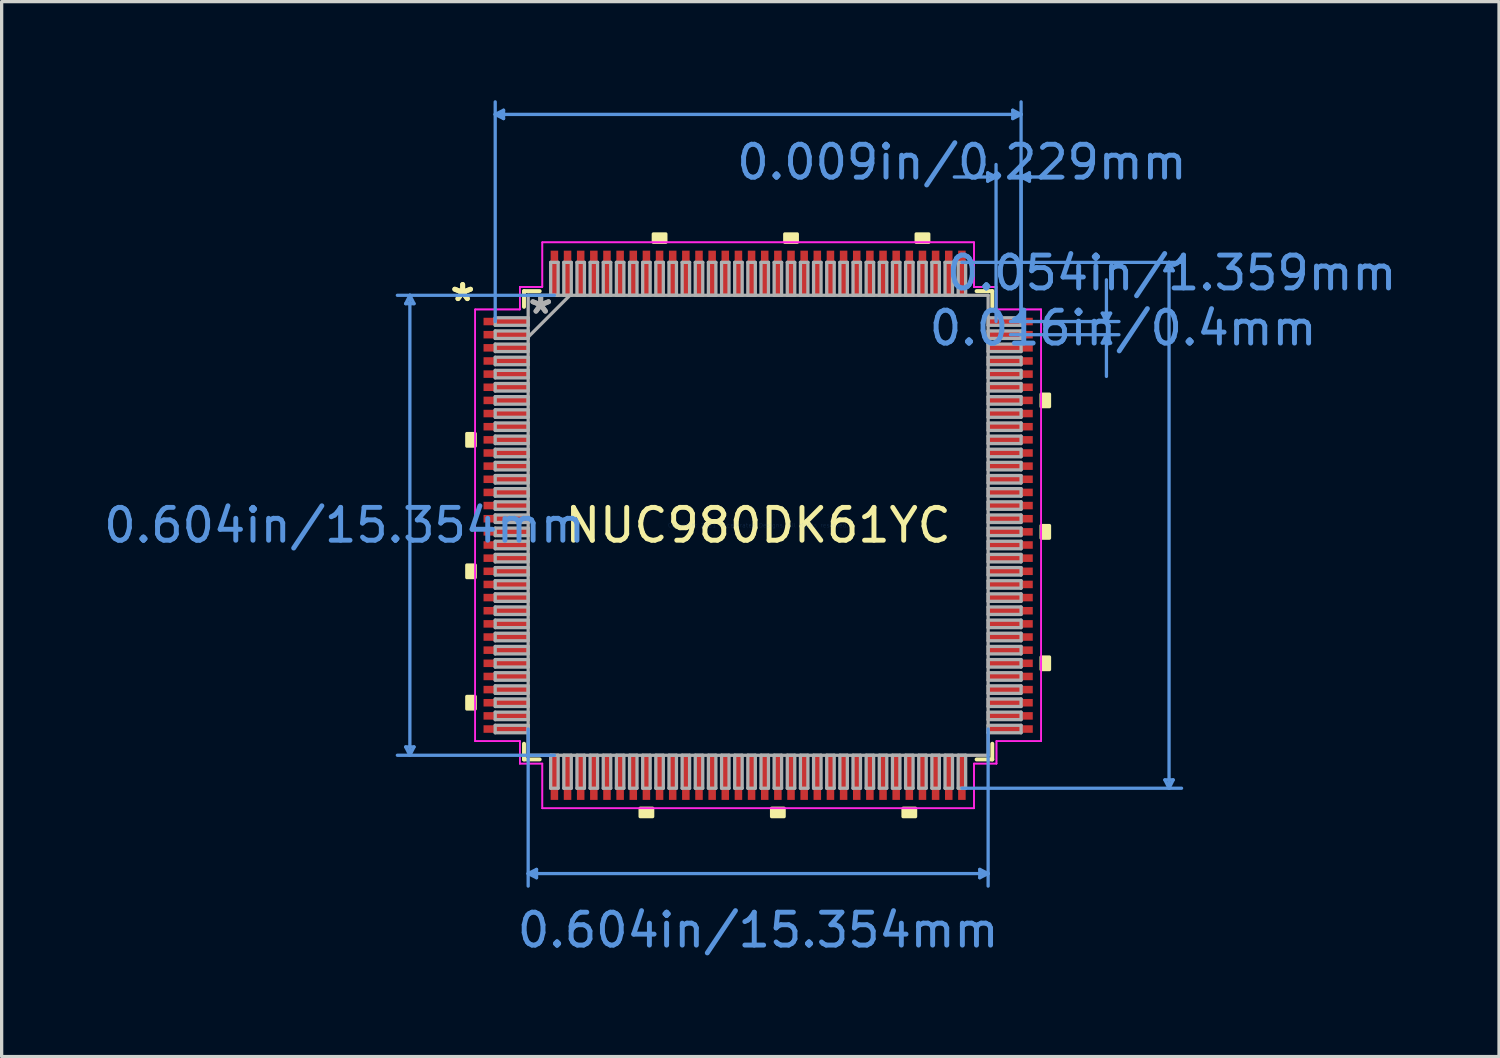
<source format=kicad_pcb>
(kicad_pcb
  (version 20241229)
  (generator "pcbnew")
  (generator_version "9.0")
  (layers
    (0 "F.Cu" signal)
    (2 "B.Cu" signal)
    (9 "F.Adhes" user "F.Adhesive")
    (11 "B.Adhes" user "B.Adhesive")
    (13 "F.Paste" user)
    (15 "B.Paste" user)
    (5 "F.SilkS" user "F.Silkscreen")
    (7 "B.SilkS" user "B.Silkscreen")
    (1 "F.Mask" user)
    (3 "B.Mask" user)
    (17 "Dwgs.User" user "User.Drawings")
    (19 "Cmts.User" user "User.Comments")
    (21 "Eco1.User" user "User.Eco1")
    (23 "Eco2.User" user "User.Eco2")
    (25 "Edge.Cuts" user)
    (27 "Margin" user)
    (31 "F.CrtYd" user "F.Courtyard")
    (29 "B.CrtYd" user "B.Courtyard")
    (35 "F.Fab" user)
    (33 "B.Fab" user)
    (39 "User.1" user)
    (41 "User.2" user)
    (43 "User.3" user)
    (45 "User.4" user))
  (footprint "NUC980DK61YC"
    (layer "F.Cu")
    (at 20.02 12.934)
    (property "Reference" "NUC980DK61YC" (at 0 0 0) (layer "F.SilkS") (effects (font (size 1 1) (thickness 0.15))))
    (attr through_hole)
    (fp_line (start -7.125 -7.125) (end -7.125 -6.647) (stroke (width 0.12) (type solid)) (layer "F.SilkS"))
    (fp_line (start -7.125 6.647) (end -7.125 7.125) (stroke (width 0.12) (type solid)) (layer "F.SilkS"))
    (fp_line (start -7.125 7.125) (end -6.647 7.125) (stroke (width 0.12) (type solid)) (layer "F.SilkS"))
    (fp_line (start -6.647 -7.125) (end -7.125 -7.125) (stroke (width 0.12) (type solid)) (layer "F.SilkS"))
    (fp_line (start 6.647 7.125) (end 7.125 7.125) (stroke (width 0.12) (type solid)) (layer "F.SilkS"))
    (fp_line (start 7.125 -7.125) (end 6.647 -7.125) (stroke (width 0.12) (type solid)) (layer "F.SilkS"))
    (fp_line (start 7.125 -6.647) (end 7.125 -7.125) (stroke (width 0.12) (type solid)) (layer "F.SilkS"))
    (fp_line (start 7.125 7.125) (end 7.125 6.647) (stroke (width 0.12) (type solid)) (layer "F.SilkS"))
    (fp_poly (pts (xy -8.865 -2.791) (xy -8.865 -2.409) (xy -8.611 -2.409) (xy -8.611 -2.791)) (stroke (width 0.1) (type solid)) (fill yes) (layer "F.SilkS"))
    (fp_poly (pts (xy -8.865 1.21) (xy -8.865 1.591) (xy -8.611 1.591) (xy -8.611 1.21)) (stroke (width 0.1) (type solid)) (fill yes) (layer "F.SilkS"))
    (fp_poly (pts (xy -8.865 5.209) (xy -8.865 5.59) (xy -8.611 5.59) (xy -8.611 5.209)) (stroke (width 0.1) (type solid)) (fill yes) (layer "F.SilkS"))
    (fp_poly (pts (xy -3.591 8.611) (xy -3.591 8.865) (xy -3.21 8.865) (xy -3.21 8.611)) (stroke (width 0.1) (type solid)) (fill yes) (layer "F.SilkS"))
    (fp_poly (pts (xy -3.19 -8.611) (xy -3.19 -8.865) (xy -2.809 -8.865) (xy -2.809 -8.611)) (stroke (width 0.1) (type solid)) (fill yes) (layer "F.SilkS"))
    (fp_poly (pts (xy 0.409 8.611) (xy 0.409 8.865) (xy 0.79 8.865) (xy 0.79 8.611)) (stroke (width 0.1) (type solid)) (fill yes) (layer "F.SilkS"))
    (fp_poly (pts (xy 0.81 -8.611) (xy 0.81 -8.865) (xy 1.191 -8.865) (xy 1.191 -8.611)) (stroke (width 0.1) (type solid)) (fill yes) (layer "F.SilkS"))
    (fp_poly (pts (xy 4.409 8.611) (xy 4.409 8.865) (xy 4.79 8.865) (xy 4.79 8.611)) (stroke (width 0.1) (type solid)) (fill yes) (layer "F.SilkS"))
    (fp_poly (pts (xy 4.809 -8.611) (xy 4.809 -8.865) (xy 5.191 -8.865) (xy 5.191 -8.611)) (stroke (width 0.1) (type solid)) (fill yes) (layer "F.SilkS"))
    (fp_poly (pts (xy 8.865 -3.99) (xy 8.865 -3.61) (xy 8.611 -3.61) (xy 8.611 -3.99)) (stroke (width 0.1) (type solid)) (fill yes) (layer "F.SilkS"))
    (fp_poly (pts (xy 8.865 0.009) (xy 8.865 0.391) (xy 8.611 0.391) (xy 8.611 0.009)) (stroke (width 0.1) (type solid)) (fill yes) (layer "F.SilkS"))
    (fp_poly (pts (xy 8.865 4.009) (xy 8.865 4.39) (xy 8.611 4.39) (xy 8.611 4.009)) (stroke (width 0.1) (type solid)) (fill yes) (layer "F.SilkS"))
    (fp_line (start -10.725 -6.744) (end -10.471 -6.744) (stroke (width 0.1) (type solid)) (layer "Cmts.User"))
    (fp_line (start -10.725 6.744) (end -10.471 6.744) (stroke (width 0.1) (type solid)) (layer "Cmts.User"))
    (fp_line (start -10.598 -6.998) (end -10.725 -6.744) (stroke (width 0.1) (type solid)) (layer "Cmts.User"))
    (fp_line (start -10.598 -6.998) (end -10.598 6.998) (stroke (width 0.1) (type solid)) (layer "Cmts.User"))
    (fp_line (start -10.598 -6.998) (end -10.471 -6.744) (stroke (width 0.1) (type solid)) (layer "Cmts.User"))
    (fp_line (start -10.598 6.998) (end -10.725 6.744) (stroke (width 0.1) (type solid)) (layer "Cmts.User"))
    (fp_line (start -10.598 6.998) (end -10.471 6.744) (stroke (width 0.1) (type solid)) (layer "Cmts.User"))
    (fp_line (start -8.001 -12.503) (end -7.747 -12.63) (stroke (width 0.1) (type solid)) (layer "Cmts.User"))
    (fp_line (start -8.001 -12.503) (end -7.747 -12.376) (stroke (width 0.1) (type solid)) (layer "Cmts.User"))
    (fp_line (start -8.001 -12.503) (end 8.001 -12.503) (stroke (width 0.1) (type solid)) (layer "Cmts.User"))
    (fp_line (start -8.001 -6.2) (end -8.001 -12.884) (stroke (width 0.1) (type solid)) (layer "Cmts.User"))
    (fp_line (start -7.747 -12.63) (end -7.747 -12.376) (stroke (width 0.1) (type solid)) (layer "Cmts.User"))
    (fp_line (start -6.998 6.2) (end -6.998 10.979) (stroke (width 0.1) (type solid)) (layer "Cmts.User"))
    (fp_line (start -6.998 10.598) (end -6.744 10.471) (stroke (width 0.1) (type solid)) (layer "Cmts.User"))
    (fp_line (start -6.998 10.598) (end -6.744 10.725) (stroke (width 0.1) (type solid)) (layer "Cmts.User"))
    (fp_line (start -6.998 10.598) (end 6.998 10.598) (stroke (width 0.1) (type solid)) (layer "Cmts.User"))
    (fp_line (start -6.744 10.471) (end -6.744 10.725) (stroke (width 0.1) (type solid)) (layer "Cmts.User"))
    (fp_line (start -6.2 -6.998) (end -10.979 -6.998) (stroke (width 0.1) (type solid)) (layer "Cmts.User"))
    (fp_line (start -6.2 6.998) (end -10.979 6.998) (stroke (width 0.1) (type solid)) (layer "Cmts.User"))
    (fp_line (start 6.2 -8.001) (end 12.884 -8.001) (stroke (width 0.1) (type solid)) (layer "Cmts.User"))
    (fp_line (start 6.2 8.001) (end 12.884 8.001) (stroke (width 0.1) (type solid)) (layer "Cmts.User"))
    (fp_line (start 6.744 10.471) (end 6.744 10.725) (stroke (width 0.1) (type solid)) (layer "Cmts.User"))
    (fp_line (start 6.985 -10.725) (end 6.985 -10.471) (stroke (width 0.1) (type solid)) (layer "Cmts.User"))
    (fp_line (start 6.998 6.2) (end 6.998 10.979) (stroke (width 0.1) (type solid)) (layer "Cmts.User"))
    (fp_line (start 6.998 10.598) (end 6.744 10.471) (stroke (width 0.1) (type solid)) (layer "Cmts.User"))
    (fp_line (start 6.998 10.598) (end 6.744 10.725) (stroke (width 0.1) (type solid)) (layer "Cmts.User"))
    (fp_line (start 7.239 -10.598) (end 5.969 -10.598) (stroke (width 0.1) (type solid)) (layer "Cmts.User"))
    (fp_line (start 7.239 -10.598) (end 6.985 -10.725) (stroke (width 0.1) (type solid)) (layer "Cmts.User"))
    (fp_line (start 7.239 -10.598) (end 6.985 -10.471) (stroke (width 0.1) (type solid)) (layer "Cmts.User"))
    (fp_line (start 7.239 -6.2) (end 7.239 -10.979) (stroke (width 0.1) (type solid)) (layer "Cmts.User"))
    (fp_line (start 7.677 -6.2) (end 10.979 -6.2) (stroke (width 0.1) (type solid)) (layer "Cmts.User"))
    (fp_line (start 7.677 -5.8) (end 10.979 -5.8) (stroke (width 0.1) (type solid)) (layer "Cmts.User"))
    (fp_line (start 7.747 -12.63) (end 7.747 -12.376) (stroke (width 0.1) (type solid)) (layer "Cmts.User"))
    (fp_line (start 8.001 -12.503) (end 7.747 -12.63) (stroke (width 0.1) (type solid)) (layer "Cmts.User"))
    (fp_line (start 8.001 -12.503) (end 7.747 -12.376) (stroke (width 0.1) (type solid)) (layer "Cmts.User"))
    (fp_line (start 8.001 -10.598) (end 8.255 -10.725) (stroke (width 0.1) (type solid)) (layer "Cmts.User"))
    (fp_line (start 8.001 -10.598) (end 8.255 -10.471) (stroke (width 0.1) (type solid)) (layer "Cmts.User"))
    (fp_line (start 8.001 -10.598) (end 9.271 -10.598) (stroke (width 0.1) (type solid)) (layer "Cmts.User"))
    (fp_line (start 8.001 -6.2) (end 8.001 -12.884) (stroke (width 0.1) (type solid)) (layer "Cmts.User"))
    (fp_line (start 8.001 -6.2) (end 8.001 -10.979) (stroke (width 0.1) (type solid)) (layer "Cmts.User"))
    (fp_line (start 8.255 -10.725) (end 8.255 -10.471) (stroke (width 0.1) (type solid)) (layer "Cmts.User"))
    (fp_line (start 10.471 -6.454) (end 10.725 -6.454) (stroke (width 0.1) (type solid)) (layer "Cmts.User"))
    (fp_line (start 10.471 -5.546) (end 10.725 -5.546) (stroke (width 0.1) (type solid)) (layer "Cmts.User"))
    (fp_line (start 10.598 -6.2) (end 10.471 -6.454) (stroke (width 0.1) (type solid)) (layer "Cmts.User"))
    (fp_line (start 10.598 -6.2) (end 10.598 -7.47) (stroke (width 0.1) (type solid)) (layer "Cmts.User"))
    (fp_line (start 10.598 -6.2) (end 10.725 -6.454) (stroke (width 0.1) (type solid)) (layer "Cmts.User"))
    (fp_line (start 10.598 -5.8) (end 10.471 -5.546) (stroke (width 0.1) (type solid)) (layer "Cmts.User"))
    (fp_line (start 10.598 -5.8) (end 10.598 -4.53) (stroke (width 0.1) (type solid)) (layer "Cmts.User"))
    (fp_line (start 10.598 -5.8) (end 10.725 -5.546) (stroke (width 0.1) (type solid)) (layer "Cmts.User"))
    (fp_line (start 12.376 -7.747) (end 12.63 -7.747) (stroke (width 0.1) (type solid)) (layer "Cmts.User"))
    (fp_line (start 12.376 7.747) (end 12.63 7.747) (stroke (width 0.1) (type solid)) (layer "Cmts.User"))
    (fp_line (start 12.503 -8.001) (end 12.376 -7.747) (stroke (width 0.1) (type solid)) (layer "Cmts.User"))
    (fp_line (start 12.503 -8.001) (end 12.503 8.001) (stroke (width 0.1) (type solid)) (layer "Cmts.User"))
    (fp_line (start 12.503 -8.001) (end 12.63 -7.747) (stroke (width 0.1) (type solid)) (layer "Cmts.User"))
    (fp_line (start 12.503 8.001) (end 12.376 7.747) (stroke (width 0.1) (type solid)) (layer "Cmts.User"))
    (fp_line (start 12.503 8.001) (end 12.63 7.747) (stroke (width 0.1) (type solid)) (layer "Cmts.User"))
    (fp_line (start -8.611 -6.568) (end -7.252 -6.568) (stroke (width 0.05) (type solid)) (layer "F.CrtYd"))
    (fp_line (start -8.611 -6.568) (end -7.252 -6.568) (stroke (width 0.05) (type solid)) (layer "F.CrtYd"))
    (fp_line (start -8.611 6.568) (end -8.611 -6.568) (stroke (width 0.05) (type solid)) (layer "F.CrtYd"))
    (fp_line (start -8.611 6.568) (end -8.611 -6.568) (stroke (width 0.05) (type solid)) (layer "F.CrtYd"))
    (fp_line (start -7.252 -7.252) (end -6.568 -7.252) (stroke (width 0.05) (type solid)) (layer "F.CrtYd"))
    (fp_line (start -7.252 -7.252) (end -6.568 -7.252) (stroke (width 0.05) (type solid)) (layer "F.CrtYd"))
    (fp_line (start -7.252 -6.568) (end -7.252 -7.252) (stroke (width 0.05) (type solid)) (layer "F.CrtYd"))
    (fp_line (start -7.252 -6.568) (end -7.252 -7.252) (stroke (width 0.05) (type solid)) (layer "F.CrtYd"))
    (fp_line (start -7.252 6.568) (end -8.611 6.568) (stroke (width 0.05) (type solid)) (layer "F.CrtYd"))
    (fp_line (start -7.252 6.568) (end -8.611 6.568) (stroke (width 0.05) (type solid)) (layer "F.CrtYd"))
    (fp_line (start -7.252 7.252) (end -7.252 6.568) (stroke (width 0.05) (type solid)) (layer "F.CrtYd"))
    (fp_line (start -7.252 7.252) (end -7.252 6.568) (stroke (width 0.05) (type solid)) (layer "F.CrtYd"))
    (fp_line (start -7.252 7.252) (end -6.568 7.252) (stroke (width 0.05) (type solid)) (layer "F.CrtYd"))
    (fp_line (start -6.568 -8.611) (end 6.568 -8.611) (stroke (width 0.05) (type solid)) (layer "F.CrtYd"))
    (fp_line (start -6.568 -8.611) (end 6.568 -8.611) (stroke (width 0.05) (type solid)) (layer "F.CrtYd"))
    (fp_line (start -6.568 -7.252) (end -6.568 -8.611) (stroke (width 0.05) (type solid)) (layer "F.CrtYd"))
    (fp_line (start -6.568 -7.252) (end -6.568 -8.611) (stroke (width 0.05) (type solid)) (layer "F.CrtYd"))
    (fp_line (start -6.568 7.252) (end -7.252 7.252) (stroke (width 0.05) (type solid)) (layer "F.CrtYd"))
    (fp_line (start -6.568 7.252) (end -6.568 8.611) (stroke (width 0.05) (type solid)) (layer "F.CrtYd"))
    (fp_line (start -6.568 8.611) (end -6.568 7.252) (stroke (width 0.05) (type solid)) (layer "F.CrtYd"))
    (fp_line (start -6.568 8.611) (end 6.568 8.611) (stroke (width 0.05) (type solid)) (layer "F.CrtYd"))
    (fp_line (start 6.568 -8.611) (end 6.568 -7.252) (stroke (width 0.05) (type solid)) (layer "F.CrtYd"))
    (fp_line (start 6.568 -8.611) (end 6.568 -7.252) (stroke (width 0.05) (type solid)) (layer "F.CrtYd"))
    (fp_line (start 6.568 -7.252) (end 7.252 -7.252) (stroke (width 0.05) (type solid)) (layer "F.CrtYd"))
    (fp_line (start 6.568 -7.252) (end 7.252 -7.252) (stroke (width 0.05) (type solid)) (layer "F.CrtYd"))
    (fp_line (start 6.568 7.252) (end 6.568 8.611) (stroke (width 0.05) (type solid)) (layer "F.CrtYd"))
    (fp_line (start 6.568 7.252) (end 7.252 7.252) (stroke (width 0.05) (type solid)) (layer "F.CrtYd"))
    (fp_line (start 6.568 8.611) (end -6.568 8.611) (stroke (width 0.05) (type solid)) (layer "F.CrtYd"))
    (fp_line (start 6.568 8.611) (end 6.568 7.252) (stroke (width 0.05) (type solid)) (layer "F.CrtYd"))
    (fp_line (start 7.252 -7.252) (end 7.252 -6.568) (stroke (width 0.05) (type solid)) (layer "F.CrtYd"))
    (fp_line (start 7.252 -6.568) (end 7.252 -7.252) (stroke (width 0.05) (type solid)) (layer "F.CrtYd"))
    (fp_line (start 7.252 -6.568) (end 8.611 -6.568) (stroke (width 0.05) (type solid)) (layer "F.CrtYd"))
    (fp_line (start 7.252 6.568) (end 7.252 7.252) (stroke (width 0.05) (type solid)) (layer "F.CrtYd"))
    (fp_line (start 7.252 6.568) (end 8.611 6.568) (stroke (width 0.05) (type solid)) (layer "F.CrtYd"))
    (fp_line (start 7.252 7.252) (end 6.568 7.252) (stroke (width 0.05) (type solid)) (layer "F.CrtYd"))
    (fp_line (start 7.252 7.252) (end 7.252 6.568) (stroke (width 0.05) (type solid)) (layer "F.CrtYd"))
    (fp_line (start 8.611 -6.568) (end 7.252 -6.568) (stroke (width 0.05) (type solid)) (layer "F.CrtYd"))
    (fp_line (start 8.611 -6.568) (end 8.611 6.568) (stroke (width 0.05) (type solid)) (layer "F.CrtYd"))
    (fp_line (start 8.611 6.568) (end 7.252 6.568) (stroke (width 0.05) (type solid)) (layer "F.CrtYd"))
    (fp_line (start 8.611 6.568) (end 8.611 -6.568) (stroke (width 0.05) (type solid)) (layer "F.CrtYd"))
    (fp_line (start -8.001 -6.314) (end -8.001 -6.086) (stroke (width 0.1) (type solid)) (layer "F.Fab"))
    (fp_line (start -8.001 -6.086) (end -6.998 -6.086) (stroke (width 0.1) (type solid)) (layer "F.Fab"))
    (fp_line (start -8.001 -5.914) (end -8.001 -5.686) (stroke (width 0.1) (type solid)) (layer "F.Fab"))
    (fp_line (start -8.001 -5.686) (end -6.998 -5.686) (stroke (width 0.1) (type solid)) (layer "F.Fab"))
    (fp_line (start -8.001 -5.514) (end -8.001 -5.286) (stroke (width 0.1) (type solid)) (layer "F.Fab"))
    (fp_line (start -8.001 -5.286) (end -6.998 -5.286) (stroke (width 0.1) (type solid)) (layer "F.Fab"))
    (fp_line (start -8.001 -5.114) (end -8.001 -4.886) (stroke (width 0.1) (type solid)) (layer "F.Fab"))
    (fp_line (start -8.001 -4.886) (end -6.998 -4.886) (stroke (width 0.1) (type solid)) (layer "F.Fab"))
    (fp_line (start -8.001 -4.714) (end -8.001 -4.486) (stroke (width 0.1) (type solid)) (layer "F.Fab"))
    (fp_line (start -8.001 -4.486) (end -6.998 -4.486) (stroke (width 0.1) (type solid)) (layer "F.Fab"))
    (fp_line (start -8.001 -4.314) (end -8.001 -4.086) (stroke (width 0.1) (type solid)) (layer "F.Fab"))
    (fp_line (start -8.001 -4.086) (end -6.998 -4.086) (stroke (width 0.1) (type solid)) (layer "F.Fab"))
    (fp_line (start -8.001 -3.914) (end -8.001 -3.686) (stroke (width 0.1) (type solid)) (layer "F.Fab"))
    (fp_line (start -8.001 -3.686) (end -6.998 -3.686) (stroke (width 0.1) (type solid)) (layer "F.Fab"))
    (fp_line (start -8.001 -3.514) (end -8.001 -3.286) (stroke (width 0.1) (type solid)) (layer "F.Fab"))
    (fp_line (start -8.001 -3.286) (end -6.998 -3.286) (stroke (width 0.1) (type solid)) (layer "F.Fab"))
    (fp_line (start -8.001 -3.114) (end -8.001 -2.886) (stroke (width 0.1) (type solid)) (layer "F.Fab"))
    (fp_line (start -8.001 -2.886) (end -6.998 -2.886) (stroke (width 0.1) (type solid)) (layer "F.Fab"))
    (fp_line (start -8.001 -2.714) (end -8.001 -2.486) (stroke (width 0.1) (type solid)) (layer "F.Fab"))
    (fp_line (start -8.001 -2.486) (end -6.998 -2.486) (stroke (width 0.1) (type solid)) (layer "F.Fab"))
    (fp_line (start -8.001 -2.314) (end -8.001 -2.086) (stroke (width 0.1) (type solid)) (layer "F.Fab"))
    (fp_line (start -8.001 -2.086) (end -6.998 -2.086) (stroke (width 0.1) (type solid)) (layer "F.Fab"))
    (fp_line (start -8.001 -1.914) (end -8.001 -1.686) (stroke (width 0.1) (type solid)) (layer "F.Fab"))
    (fp_line (start -8.001 -1.686) (end -6.998 -1.686) (stroke (width 0.1) (type solid)) (layer "F.Fab"))
    (fp_line (start -8.001 -1.514) (end -8.001 -1.286) (stroke (width 0.1) (type solid)) (layer "F.Fab"))
    (fp_line (start -8.001 -1.286) (end -6.998 -1.286) (stroke (width 0.1) (type solid)) (layer "F.Fab"))
    (fp_line (start -8.001 -1.114) (end -8.001 -0.886) (stroke (width 0.1) (type solid)) (layer "F.Fab"))
    (fp_line (start -8.001 -0.886) (end -6.998 -0.886) (stroke (width 0.1) (type solid)) (layer "F.Fab"))
    (fp_line (start -8.001 -0.714) (end -8.001 -0.486) (stroke (width 0.1) (type solid)) (layer "F.Fab"))
    (fp_line (start -8.001 -0.486) (end -6.998 -0.486) (stroke (width 0.1) (type solid)) (layer "F.Fab"))
    (fp_line (start -8.001 -0.314) (end -8.001 -0.086) (stroke (width 0.1) (type solid)) (layer "F.Fab"))
    (fp_line (start -8.001 -0.086) (end -6.998 -0.086) (stroke (width 0.1) (type solid)) (layer "F.Fab"))
    (fp_line (start -8.001 0.086) (end -8.001 0.314) (stroke (width 0.1) (type solid)) (layer "F.Fab"))
    (fp_line (start -8.001 0.314) (end -6.998 0.314) (stroke (width 0.1) (type solid)) (layer "F.Fab"))
    (fp_line (start -8.001 0.486) (end -8.001 0.714) (stroke (width 0.1) (type solid)) (layer "F.Fab"))
    (fp_line (start -8.001 0.714) (end -6.998 0.714) (stroke (width 0.1) (type solid)) (layer "F.Fab"))
    (fp_line (start -8.001 0.886) (end -8.001 1.114) (stroke (width 0.1) (type solid)) (layer "F.Fab"))
    (fp_line (start -8.001 1.114) (end -6.998 1.114) (stroke (width 0.1) (type solid)) (layer "F.Fab"))
    (fp_line (start -8.001 1.286) (end -8.001 1.514) (stroke (width 0.1) (type solid)) (layer "F.Fab"))
    (fp_line (start -8.001 1.514) (end -6.998 1.514) (stroke (width 0.1) (type solid)) (layer "F.Fab"))
    (fp_line (start -8.001 1.686) (end -8.001 1.914) (stroke (width 0.1) (type solid)) (layer "F.Fab"))
    (fp_line (start -8.001 1.914) (end -6.998 1.914) (stroke (width 0.1) (type solid)) (layer "F.Fab"))
    (fp_line (start -8.001 2.086) (end -8.001 2.314) (stroke (width 0.1) (type solid)) (layer "F.Fab"))
    (fp_line (start -8.001 2.314) (end -6.998 2.314) (stroke (width 0.1) (type solid)) (layer "F.Fab"))
    (fp_line (start -8.001 2.486) (end -8.001 2.714) (stroke (width 0.1) (type solid)) (layer "F.Fab"))
    (fp_line (start -8.001 2.714) (end -6.998 2.714) (stroke (width 0.1) (type solid)) (layer "F.Fab"))
    (fp_line (start -8.001 2.886) (end -8.001 3.114) (stroke (width 0.1) (type solid)) (layer "F.Fab"))
    (fp_line (start -8.001 3.114) (end -6.998 3.114) (stroke (width 0.1) (type solid)) (layer "F.Fab"))
    (fp_line (start -8.001 3.286) (end -8.001 3.514) (stroke (width 0.1) (type solid)) (layer "F.Fab"))
    (fp_line (start -8.001 3.514) (end -6.998 3.514) (stroke (width 0.1) (type solid)) (layer "F.Fab"))
    (fp_line (start -8.001 3.686) (end -8.001 3.914) (stroke (width 0.1) (type solid)) (layer "F.Fab"))
    (fp_line (start -8.001 3.914) (end -6.998 3.914) (stroke (width 0.1) (type solid)) (layer "F.Fab"))
    (fp_line (start -8.001 4.086) (end -8.001 4.314) (stroke (width 0.1) (type solid)) (layer "F.Fab"))
    (fp_line (start -8.001 4.314) (end -6.998 4.314) (stroke (width 0.1) (type solid)) (layer "F.Fab"))
    (fp_line (start -8.001 4.486) (end -8.001 4.714) (stroke (width 0.1) (type solid)) (layer "F.Fab"))
    (fp_line (start -8.001 4.714) (end -6.998 4.714) (stroke (width 0.1) (type solid)) (layer "F.Fab"))
    (fp_line (start -8.001 4.886) (end -8.001 5.114) (stroke (width 0.1) (type solid)) (layer "F.Fab"))
    (fp_line (start -8.001 5.114) (end -6.998 5.114) (stroke (width 0.1) (type solid)) (layer "F.Fab"))
    (fp_line (start -8.001 5.286) (end -8.001 5.514) (stroke (width 0.1) (type solid)) (layer "F.Fab"))
    (fp_line (start -8.001 5.514) (end -6.998 5.514) (stroke (width 0.1) (type solid)) (layer "F.Fab"))
    (fp_line (start -8.001 5.686) (end -8.001 5.914) (stroke (width 0.1) (type solid)) (layer "F.Fab"))
    (fp_line (start -8.001 5.914) (end -6.998 5.914) (stroke (width 0.1) (type solid)) (layer "F.Fab"))
    (fp_line (start -8.001 6.086) (end -8.001 6.314) (stroke (width 0.1) (type solid)) (layer "F.Fab"))
    (fp_line (start -8.001 6.314) (end -6.998 6.314) (stroke (width 0.1) (type solid)) (layer "F.Fab"))
    (fp_line (start -6.998 -6.998) (end -6.998 6.998) (stroke (width 0.1) (type solid)) (layer "F.Fab"))
    (fp_line (start -6.998 -6.314) (end -8.001 -6.314) (stroke (width 0.1) (type solid)) (layer "F.Fab"))
    (fp_line (start -6.998 -6.086) (end -6.998 -6.314) (stroke (width 0.1) (type solid)) (layer "F.Fab"))
    (fp_line (start -6.998 -5.914) (end -8.001 -5.914) (stroke (width 0.1) (type solid)) (layer "F.Fab"))
    (fp_line (start -6.998 -5.728) (end -5.728 -6.998) (stroke (width 0.1) (type solid)) (layer "F.Fab"))
    (fp_line (start -6.998 -5.686) (end -6.998 -5.914) (stroke (width 0.1) (type solid)) (layer "F.Fab"))
    (fp_line (start -6.998 -5.514) (end -8.001 -5.514) (stroke (width 0.1) (type solid)) (layer "F.Fab"))
    (fp_line (start -6.998 -5.286) (end -6.998 -5.514) (stroke (width 0.1) (type solid)) (layer "F.Fab"))
    (fp_line (start -6.998 -5.114) (end -8.001 -5.114) (stroke (width 0.1) (type solid)) (layer "F.Fab"))
    (fp_line (start -6.998 -4.886) (end -6.998 -5.114) (stroke (width 0.1) (type solid)) (layer "F.Fab"))
    (fp_line (start -6.998 -4.714) (end -8.001 -4.714) (stroke (width 0.1) (type solid)) (layer "F.Fab"))
    (fp_line (start -6.998 -4.486) (end -6.998 -4.714) (stroke (width 0.1) (type solid)) (layer "F.Fab"))
    (fp_line (start -6.998 -4.314) (end -8.001 -4.314) (stroke (width 0.1) (type solid)) (layer "F.Fab"))
    (fp_line (start -6.998 -4.086) (end -6.998 -4.314) (stroke (width 0.1) (type solid)) (layer "F.Fab"))
    (fp_line (start -6.998 -3.914) (end -8.001 -3.914) (stroke (width 0.1) (type solid)) (layer "F.Fab"))
    (fp_line (start -6.998 -3.686) (end -6.998 -3.914) (stroke (width 0.1) (type solid)) (layer "F.Fab"))
    (fp_line (start -6.998 -3.514) (end -8.001 -3.514) (stroke (width 0.1) (type solid)) (layer "F.Fab"))
    (fp_line (start -6.998 -3.286) (end -6.998 -3.514) (stroke (width 0.1) (type solid)) (layer "F.Fab"))
    (fp_line (start -6.998 -3.114) (end -8.001 -3.114) (stroke (width 0.1) (type solid)) (layer "F.Fab"))
    (fp_line (start -6.998 -2.886) (end -6.998 -3.114) (stroke (width 0.1) (type solid)) (layer "F.Fab"))
    (fp_line (start -6.998 -2.714) (end -8.001 -2.714) (stroke (width 0.1) (type solid)) (layer "F.Fab"))
    (fp_line (start -6.998 -2.486) (end -6.998 -2.714) (stroke (width 0.1) (type solid)) (layer "F.Fab"))
    (fp_line (start -6.998 -2.314) (end -8.001 -2.314) (stroke (width 0.1) (type solid)) (layer "F.Fab"))
    (fp_line (start -6.998 -2.086) (end -6.998 -2.314) (stroke (width 0.1) (type solid)) (layer "F.Fab"))
    (fp_line (start -6.998 -1.914) (end -8.001 -1.914) (stroke (width 0.1) (type solid)) (layer "F.Fab"))
    (fp_line (start -6.998 -1.686) (end -6.998 -1.914) (stroke (width 0.1) (type solid)) (layer "F.Fab"))
    (fp_line (start -6.998 -1.514) (end -8.001 -1.514) (stroke (width 0.1) (type solid)) (layer "F.Fab"))
    (fp_line (start -6.998 -1.286) (end -6.998 -1.514) (stroke (width 0.1) (type solid)) (layer "F.Fab"))
    (fp_line (start -6.998 -1.114) (end -8.001 -1.114) (stroke (width 0.1) (type solid)) (layer "F.Fab"))
    (fp_line (start -6.998 -0.886) (end -6.998 -1.114) (stroke (width 0.1) (type solid)) (layer "F.Fab"))
    (fp_line (start -6.998 -0.714) (end -8.001 -0.714) (stroke (width 0.1) (type solid)) (layer "F.Fab"))
    (fp_line (start -6.998 -0.486) (end -6.998 -0.714) (stroke (width 0.1) (type solid)) (layer "F.Fab"))
    (fp_line (start -6.998 -0.314) (end -8.001 -0.314) (stroke (width 0.1) (type solid)) (layer "F.Fab"))
    (fp_line (start -6.998 -0.086) (end -6.998 -0.314) (stroke (width 0.1) (type solid)) (layer "F.Fab"))
    (fp_line (start -6.998 0.086) (end -8.001 0.086) (stroke (width 0.1) (type solid)) (layer "F.Fab"))
    (fp_line (start -6.998 0.314) (end -6.998 0.086) (stroke (width 0.1) (type solid)) (layer "F.Fab"))
    (fp_line (start -6.998 0.486) (end -8.001 0.486) (stroke (width 0.1) (type solid)) (layer "F.Fab"))
    (fp_line (start -6.998 0.714) (end -6.998 0.486) (stroke (width 0.1) (type solid)) (layer "F.Fab"))
    (fp_line (start -6.998 0.886) (end -8.001 0.886) (stroke (width 0.1) (type solid)) (layer "F.Fab"))
    (fp_line (start -6.998 1.114) (end -6.998 0.886) (stroke (width 0.1) (type solid)) (layer "F.Fab"))
    (fp_line (start -6.998 1.286) (end -8.001 1.286) (stroke (width 0.1) (type solid)) (layer "F.Fab"))
    (fp_line (start -6.998 1.514) (end -6.998 1.286) (stroke (width 0.1) (type solid)) (layer "F.Fab"))
    (fp_line (start -6.998 1.686) (end -8.001 1.686) (stroke (width 0.1) (type solid)) (layer "F.Fab"))
    (fp_line (start -6.998 1.914) (end -6.998 1.686) (stroke (width 0.1) (type solid)) (layer "F.Fab"))
    (fp_line (start -6.998 2.086) (end -8.001 2.086) (stroke (width 0.1) (type solid)) (layer "F.Fab"))
    (fp_line (start -6.998 2.314) (end -6.998 2.086) (stroke (width 0.1) (type solid)) (layer "F.Fab"))
    (fp_line (start -6.998 2.486) (end -8.001 2.486) (stroke (width 0.1) (type solid)) (layer "F.Fab"))
    (fp_line (start -6.998 2.714) (end -6.998 2.486) (stroke (width 0.1) (type solid)) (layer "F.Fab"))
    (fp_line (start -6.998 2.886) (end -8.001 2.886) (stroke (width 0.1) (type solid)) (layer "F.Fab"))
    (fp_line (start -6.998 3.114) (end -6.998 2.886) (stroke (width 0.1) (type solid)) (layer "F.Fab"))
    (fp_line (start -6.998 3.286) (end -8.001 3.286) (stroke (width 0.1) (type solid)) (layer "F.Fab"))
    (fp_line (start -6.998 3.514) (end -6.998 3.286) (stroke (width 0.1) (type solid)) (layer "F.Fab"))
    (fp_line (start -6.998 3.686) (end -8.001 3.686) (stroke (width 0.1) (type solid)) (layer "F.Fab"))
    (fp_line (start -6.998 3.914) (end -6.998 3.686) (stroke (width 0.1) (type solid)) (layer "F.Fab"))
    (fp_line (start -6.998 4.086) (end -8.001 4.086) (stroke (width 0.1) (type solid)) (layer "F.Fab"))
    (fp_line (start -6.998 4.314) (end -6.998 4.086) (stroke (width 0.1) (type solid)) (layer "F.Fab"))
    (fp_line (start -6.998 4.486) (end -8.001 4.486) (stroke (width 0.1) (type solid)) (layer "F.Fab"))
    (fp_line (start -6.998 4.714) (end -6.998 4.486) (stroke (width 0.1) (type solid)) (layer "F.Fab"))
    (fp_line (start -6.998 4.886) (end -8.001 4.886) (stroke (width 0.1) (type solid)) (layer "F.Fab"))
    (fp_line (start -6.998 5.114) (end -6.998 4.886) (stroke (width 0.1) (type solid)) (layer "F.Fab"))
    (fp_line (start -6.998 5.286) (end -8.001 5.286) (stroke (width 0.1) (type solid)) (layer "F.Fab"))
    (fp_line (start -6.998 5.514) (end -6.998 5.286) (stroke (width 0.1) (type solid)) (layer "F.Fab"))
    (fp_line (start -6.998 5.686) (end -8.001 5.686) (stroke (width 0.1) (type solid)) (layer "F.Fab"))
    (fp_line (start -6.998 5.914) (end -6.998 5.686) (stroke (width 0.1) (type solid)) (layer "F.Fab"))
    (fp_line (start -6.998 6.086) (end -8.001 6.086) (stroke (width 0.1) (type solid)) (layer "F.Fab"))
    (fp_line (start -6.998 6.314) (end -6.998 6.086) (stroke (width 0.1) (type solid)) (layer "F.Fab"))
    (fp_line (start -6.998 6.998) (end 6.998 6.998) (stroke (width 0.1) (type solid)) (layer "F.Fab"))
    (fp_line (start -6.314 -8.001) (end -6.314 -6.998) (stroke (width 0.1) (type solid)) (layer "F.Fab"))
    (fp_line (start -6.314 -6.998) (end -6.086 -6.998) (stroke (width 0.1) (type solid)) (layer "F.Fab"))
    (fp_line (start -6.314 6.998) (end -6.314 8.001) (stroke (width 0.1) (type solid)) (layer "F.Fab"))
    (fp_line (start -6.314 8.001) (end -6.086 8.001) (stroke (width 0.1) (type solid)) (layer "F.Fab"))
    (fp_line (start -6.086 -8.001) (end -6.314 -8.001) (stroke (width 0.1) (type solid)) (layer "F.Fab"))
    (fp_line (start -6.086 -6.998) (end -6.086 -8.001) (stroke (width 0.1) (type solid)) (layer "F.Fab"))
    (fp_line (start -6.086 6.998) (end -6.314 6.998) (stroke (width 0.1) (type solid)) (layer "F.Fab"))
    (fp_line (start -6.086 8.001) (end -6.086 6.998) (stroke (width 0.1) (type solid)) (layer "F.Fab"))
    (fp_line (start -5.914 6.998) (end -5.914 8.001) (stroke (width 0.1) (type solid)) (layer "F.Fab"))
    (fp_line (start -5.914 8.001) (end -5.686 8.001) (stroke (width 0.1) (type solid)) (layer "F.Fab"))
    (fp_line (start -5.914 -8.001) (end -5.914 -6.998) (stroke (width 0.1) (type solid)) (layer "F.Fab"))
    (fp_line (start -5.914 -6.998) (end -5.686 -6.998) (stroke (width 0.1) (type solid)) (layer "F.Fab"))
    (fp_line (start -5.686 6.998) (end -5.914 6.998) (stroke (width 0.1) (type solid)) (layer "F.Fab"))
    (fp_line (start -5.686 8.001) (end -5.686 6.998) (stroke (width 0.1) (type solid)) (layer "F.Fab"))
    (fp_line (start -5.686 -8.001) (end -5.914 -8.001) (stroke (width 0.1) (type solid)) (layer "F.Fab"))
    (fp_line (start -5.686 -6.998) (end -5.686 -8.001) (stroke (width 0.1) (type solid)) (layer "F.Fab"))
    (fp_line (start -5.514 6.998) (end -5.514 8.001) (stroke (width 0.1) (type solid)) (layer "F.Fab"))
    (fp_line (start -5.514 8.001) (end -5.286 8.001) (stroke (width 0.1) (type solid)) (layer "F.Fab"))
    (fp_line (start -5.514 -8.001) (end -5.514 -6.998) (stroke (width 0.1) (type solid)) (layer "F.Fab"))
    (fp_line (start -5.514 -6.998) (end -5.286 -6.998) (stroke (width 0.1) (type solid)) (layer "F.Fab"))
    (fp_line (start -5.286 6.998) (end -5.514 6.998) (stroke (width 0.1) (type solid)) (layer "F.Fab"))
    (fp_line (start -5.286 8.001) (end -5.286 6.998) (stroke (width 0.1) (type solid)) (layer "F.Fab"))
    (fp_line (start -5.286 -8.001) (end -5.514 -8.001) (stroke (width 0.1) (type solid)) (layer "F.Fab"))
    (fp_line (start -5.286 -6.998) (end -5.286 -8.001) (stroke (width 0.1) (type solid)) (layer "F.Fab"))
    (fp_line (start -5.114 6.998) (end -5.114 8.001) (stroke (width 0.1) (type solid)) (layer "F.Fab"))
    (fp_line (start -5.114 8.001) (end -4.886 8.001) (stroke (width 0.1) (type solid)) (layer "F.Fab"))
    (fp_line (start -5.114 -8.001) (end -5.114 -6.998) (stroke (width 0.1) (type solid)) (layer "F.Fab"))
    (fp_line (start -5.114 -6.998) (end -4.886 -6.998) (stroke (width 0.1) (type solid)) (layer "F.Fab"))
    (fp_line (start -4.886 6.998) (end -5.114 6.998) (stroke (width 0.1) (type solid)) (layer "F.Fab"))
    (fp_line (start -4.886 8.001) (end -4.886 6.998) (stroke (width 0.1) (type solid)) (layer "F.Fab"))
    (fp_line (start -4.886 -8.001) (end -5.114 -8.001) (stroke (width 0.1) (type solid)) (layer "F.Fab"))
    (fp_line (start -4.886 -6.998) (end -4.886 -8.001) (stroke (width 0.1) (type solid)) (layer "F.Fab"))
    (fp_line (start -4.714 6.998) (end -4.714 8.001) (stroke (width 0.1) (type solid)) (layer "F.Fab"))
    (fp_line (start -4.714 8.001) (end -4.486 8.001) (stroke (width 0.1) (type solid)) (layer "F.Fab"))
    (fp_line (start -4.714 -8.001) (end -4.714 -6.998) (stroke (width 0.1) (type solid)) (layer "F.Fab"))
    (fp_line (start -4.714 -6.998) (end -4.486 -6.998) (stroke (width 0.1) (type solid)) (layer "F.Fab"))
    (fp_line (start -4.486 6.998) (end -4.714 6.998) (stroke (width 0.1) (type solid)) (layer "F.Fab"))
    (fp_line (start -4.486 8.001) (end -4.486 6.998) (stroke (width 0.1) (type solid)) (layer "F.Fab"))
    (fp_line (start -4.486 -8.001) (end -4.714 -8.001) (stroke (width 0.1) (type solid)) (layer "F.Fab"))
    (fp_line (start -4.486 -6.998) (end -4.486 -8.001) (stroke (width 0.1) (type solid)) (layer "F.Fab"))
    (fp_line (start -4.314 6.998) (end -4.314 8.001) (stroke (width 0.1) (type solid)) (layer "F.Fab"))
    (fp_line (start -4.314 8.001) (end -4.086 8.001) (stroke (width 0.1) (type solid)) (layer "F.Fab"))
    (fp_line (start -4.314 -8.001) (end -4.314 -6.998) (stroke (width 0.1) (type solid)) (layer "F.Fab"))
    (fp_line (start -4.314 -6.998) (end -4.086 -6.998) (stroke (width 0.1) (type solid)) (layer "F.Fab"))
    (fp_line (start -4.086 6.998) (end -4.314 6.998) (stroke (width 0.1) (type solid)) (layer "F.Fab"))
    (fp_line (start -4.086 8.001) (end -4.086 6.998) (stroke (width 0.1) (type solid)) (layer "F.Fab"))
    (fp_line (start -4.086 -8.001) (end -4.314 -8.001) (stroke (width 0.1) (type solid)) (layer "F.Fab"))
    (fp_line (start -4.086 -6.998) (end -4.086 -8.001) (stroke (width 0.1) (type solid)) (layer "F.Fab"))
    (fp_line (start -3.914 6.998) (end -3.914 8.001) (stroke (width 0.1) (type solid)) (layer "F.Fab"))
    (fp_line (start -3.914 8.001) (end -3.686 8.001) (stroke (width 0.1) (type solid)) (layer "F.Fab"))
    (fp_line (start -3.914 -8.001) (end -3.914 -6.998) (stroke (width 0.1) (type solid)) (layer "F.Fab"))
    (fp_line (start -3.914 -6.998) (end -3.686 -6.998) (stroke (width 0.1) (type solid)) (layer "F.Fab"))
    (fp_line (start -3.686 6.998) (end -3.914 6.998) (stroke (width 0.1) (type solid)) (layer "F.Fab"))
    (fp_line (start -3.686 8.001) (end -3.686 6.998) (stroke (width 0.1) (type solid)) (layer "F.Fab"))
    (fp_line (start -3.686 -8.001) (end -3.914 -8.001) (stroke (width 0.1) (type solid)) (layer "F.Fab"))
    (fp_line (start -3.686 -6.998) (end -3.686 -8.001) (stroke (width 0.1) (type solid)) (layer "F.Fab"))
    (fp_line (start -3.514 6.998) (end -3.514 8.001) (stroke (width 0.1) (type solid)) (layer "F.Fab"))
    (fp_line (start -3.514 8.001) (end -3.286 8.001) (stroke (width 0.1) (type solid)) (layer "F.Fab"))
    (fp_line (start -3.514 -8.001) (end -3.514 -6.998) (stroke (width 0.1) (type solid)) (layer "F.Fab"))
    (fp_line (start -3.514 -6.998) (end -3.286 -6.998) (stroke (width 0.1) (type solid)) (layer "F.Fab"))
    (fp_line (start -3.286 6.998) (end -3.514 6.998) (stroke (width 0.1) (type solid)) (layer "F.Fab"))
    (fp_line (start -3.286 8.001) (end -3.286 6.998) (stroke (width 0.1) (type solid)) (layer "F.Fab"))
    (fp_line (start -3.286 -8.001) (end -3.514 -8.001) (stroke (width 0.1) (type solid)) (layer "F.Fab"))
    (fp_line (start -3.286 -6.998) (end -3.286 -8.001) (stroke (width 0.1) (type solid)) (layer "F.Fab"))
    (fp_line (start -3.114 6.998) (end -3.114 8.001) (stroke (width 0.1) (type solid)) (layer "F.Fab"))
    (fp_line (start -3.114 8.001) (end -2.886 8.001) (stroke (width 0.1) (type solid)) (layer "F.Fab"))
    (fp_line (start -3.114 -8.001) (end -3.114 -6.998) (stroke (width 0.1) (type solid)) (layer "F.Fab"))
    (fp_line (start -3.114 -6.998) (end -2.886 -6.998) (stroke (width 0.1) (type solid)) (layer "F.Fab"))
    (fp_line (start -2.886 6.998) (end -3.114 6.998) (stroke (width 0.1) (type solid)) (layer "F.Fab"))
    (fp_line (start -2.886 8.001) (end -2.886 6.998) (stroke (width 0.1) (type solid)) (layer "F.Fab"))
    (fp_line (start -2.886 -8.001) (end -3.114 -8.001) (stroke (width 0.1) (type solid)) (layer "F.Fab"))
    (fp_line (start -2.886 -6.998) (end -2.886 -8.001) (stroke (width 0.1) (type solid)) (layer "F.Fab"))
    (fp_line (start -2.714 -8.001) (end -2.714 -6.998) (stroke (width 0.1) (type solid)) (layer "F.Fab"))
    (fp_line (start -2.714 -6.998) (end -2.486 -6.998) (stroke (width 0.1) (type solid)) (layer "F.Fab"))
    (fp_line (start -2.714 6.998) (end -2.714 8.001) (stroke (width 0.1) (type solid)) (layer "F.Fab"))
    (fp_line (start -2.714 8.001) (end -2.486 8.001) (stroke (width 0.1) (type solid)) (layer "F.Fab"))
    (fp_line (start -2.486 -8.001) (end -2.714 -8.001) (stroke (width 0.1) (type solid)) (layer "F.Fab"))
    (fp_line (start -2.486 -6.998) (end -2.486 -8.001) (stroke (width 0.1) (type solid)) (layer "F.Fab"))
    (fp_line (start -2.486 6.998) (end -2.714 6.998) (stroke (width 0.1) (type solid)) (layer "F.Fab"))
    (fp_line (start -2.486 8.001) (end -2.486 6.998) (stroke (width 0.1) (type solid)) (layer "F.Fab"))
    (fp_line (start -2.314 -8.001) (end -2.314 -6.998) (stroke (width 0.1) (type solid)) (layer "F.Fab"))
    (fp_line (start -2.314 -6.998) (end -2.086 -6.998) (stroke (width 0.1) (type solid)) (layer "F.Fab"))
    (fp_line (start -2.314 6.998) (end -2.314 8.001) (stroke (width 0.1) (type solid)) (layer "F.Fab"))
    (fp_line (start -2.314 8.001) (end -2.086 8.001) (stroke (width 0.1) (type solid)) (layer "F.Fab"))
    (fp_line (start -2.086 -8.001) (end -2.314 -8.001) (stroke (width 0.1) (type solid)) (layer "F.Fab"))
    (fp_line (start -2.086 -6.998) (end -2.086 -8.001) (stroke (width 0.1) (type solid)) (layer "F.Fab"))
    (fp_line (start -2.086 6.998) (end -2.314 6.998) (stroke (width 0.1) (type solid)) (layer "F.Fab"))
    (fp_line (start -2.086 8.001) (end -2.086 6.998) (stroke (width 0.1) (type solid)) (layer "F.Fab"))
    (fp_line (start -1.914 -8.001) (end -1.914 -6.998) (stroke (width 0.1) (type solid)) (layer "F.Fab"))
    (fp_line (start -1.914 -6.998) (end -1.686 -6.998) (stroke (width 0.1) (type solid)) (layer "F.Fab"))
    (fp_line (start -1.914 6.998) (end -1.914 8.001) (stroke (width 0.1) (type solid)) (layer "F.Fab"))
    (fp_line (start -1.914 8.001) (end -1.686 8.001) (stroke (width 0.1) (type solid)) (layer "F.Fab"))
    (fp_line (start -1.686 -8.001) (end -1.914 -8.001) (stroke (width 0.1) (type solid)) (layer "F.Fab"))
    (fp_line (start -1.686 -6.998) (end -1.686 -8.001) (stroke (width 0.1) (type solid)) (layer "F.Fab"))
    (fp_line (start -1.686 6.998) (end -1.914 6.998) (stroke (width 0.1) (type solid)) (layer "F.Fab"))
    (fp_line (start -1.686 8.001) (end -1.686 6.998) (stroke (width 0.1) (type solid)) (layer "F.Fab"))
    (fp_line (start -1.514 -8.001) (end -1.514 -6.998) (stroke (width 0.1) (type solid)) (layer "F.Fab"))
    (fp_line (start -1.514 -6.998) (end -1.286 -6.998) (stroke (width 0.1) (type solid)) (layer "F.Fab"))
    (fp_line (start -1.514 6.998) (end -1.514 8.001) (stroke (width 0.1) (type solid)) (layer "F.Fab"))
    (fp_line (start -1.514 8.001) (end -1.286 8.001) (stroke (width 0.1) (type solid)) (layer "F.Fab"))
    (fp_line (start -1.286 -8.001) (end -1.514 -8.001) (stroke (width 0.1) (type solid)) (layer "F.Fab"))
    (fp_line (start -1.286 -6.998) (end -1.286 -8.001) (stroke (width 0.1) (type solid)) (layer "F.Fab"))
    (fp_line (start -1.286 6.998) (end -1.514 6.998) (stroke (width 0.1) (type solid)) (layer "F.Fab"))
    (fp_line (start -1.286 8.001) (end -1.286 6.998) (stroke (width 0.1) (type solid)) (layer "F.Fab"))
    (fp_line (start -1.114 -8.001) (end -1.114 -6.998) (stroke (width 0.1) (type solid)) (layer "F.Fab"))
    (fp_line (start -1.114 -6.998) (end -0.886 -6.998) (stroke (width 0.1) (type solid)) (layer "F.Fab"))
    (fp_line (start -1.114 6.998) (end -1.114 8.001) (stroke (width 0.1) (type solid)) (layer "F.Fab"))
    (fp_line (start -1.114 8.001) (end -0.886 8.001) (stroke (width 0.1) (type solid)) (layer "F.Fab"))
    (fp_line (start -0.886 -8.001) (end -1.114 -8.001) (stroke (width 0.1) (type solid)) (layer "F.Fab"))
    (fp_line (start -0.886 -6.998) (end -0.886 -8.001) (stroke (width 0.1) (type solid)) (layer "F.Fab"))
    (fp_line (start -0.886 6.998) (end -1.114 6.998) (stroke (width 0.1) (type solid)) (layer "F.Fab"))
    (fp_line (start -0.886 8.001) (end -0.886 6.998) (stroke (width 0.1) (type solid)) (layer "F.Fab"))
    (fp_line (start -0.714 -8.001) (end -0.714 -6.998) (stroke (width 0.1) (type solid)) (layer "F.Fab"))
    (fp_line (start -0.714 -6.998) (end -0.486 -6.998) (stroke (width 0.1) (type solid)) (layer "F.Fab"))
    (fp_line (start -0.714 6.998) (end -0.714 8.001) (stroke (width 0.1) (type solid)) (layer "F.Fab"))
    (fp_line (start -0.714 8.001) (end -0.486 8.001) (stroke (width 0.1) (type solid)) (layer "F.Fab"))
    (fp_line (start -0.486 -8.001) (end -0.714 -8.001) (stroke (width 0.1) (type solid)) (layer "F.Fab"))
    (fp_line (start -0.486 -6.998) (end -0.486 -8.001) (stroke (width 0.1) (type solid)) (layer "F.Fab"))
    (fp_line (start -0.486 6.998) (end -0.714 6.998) (stroke (width 0.1) (type solid)) (layer "F.Fab"))
    (fp_line (start -0.486 8.001) (end -0.486 6.998) (stroke (width 0.1) (type solid)) (layer "F.Fab"))
    (fp_line (start -0.314 -8.001) (end -0.314 -6.998) (stroke (width 0.1) (type solid)) (layer "F.Fab"))
    (fp_line (start -0.314 -6.998) (end -0.086 -6.998) (stroke (width 0.1) (type solid)) (layer "F.Fab"))
    (fp_line (start -0.314 6.998) (end -0.314 8.001) (stroke (width 0.1) (type solid)) (layer "F.Fab"))
    (fp_line (start -0.314 8.001) (end -0.086 8.001) (stroke (width 0.1) (type solid)) (layer "F.Fab"))
    (fp_line (start -0.086 -8.001) (end -0.314 -8.001) (stroke (width 0.1) (type solid)) (layer "F.Fab"))
    (fp_line (start -0.086 -6.998) (end -0.086 -8.001) (stroke (width 0.1) (type solid)) (layer "F.Fab"))
    (fp_line (start -0.086 6.998) (end -0.314 6.998) (stroke (width 0.1) (type solid)) (layer "F.Fab"))
    (fp_line (start -0.086 8.001) (end -0.086 6.998) (stroke (width 0.1) (type solid)) (layer "F.Fab"))
    (fp_line (start 0.086 -8.001) (end 0.086 -6.998) (stroke (width 0.1) (type solid)) (layer "F.Fab"))
    (fp_line (start 0.086 -6.998) (end 0.314 -6.998) (stroke (width 0.1) (type solid)) (layer "F.Fab"))
    (fp_line (start 0.086 6.998) (end 0.086 8.001) (stroke (width 0.1) (type solid)) (layer "F.Fab"))
    (fp_line (start 0.086 8.001) (end 0.314 8.001) (stroke (width 0.1) (type solid)) (layer "F.Fab"))
    (fp_line (start 0.314 -8.001) (end 0.086 -8.001) (stroke (width 0.1) (type solid)) (layer "F.Fab"))
    (fp_line (start 0.314 -6.998) (end 0.314 -8.001) (stroke (width 0.1) (type solid)) (layer "F.Fab"))
    (fp_line (start 0.314 6.998) (end 0.086 6.998) (stroke (width 0.1) (type solid)) (layer "F.Fab"))
    (fp_line (start 0.314 8.001) (end 0.314 6.998) (stroke (width 0.1) (type solid)) (layer "F.Fab"))
    (fp_line (start 0.486 -8.001) (end 0.486 -6.998) (stroke (width 0.1) (type solid)) (layer "F.Fab"))
    (fp_line (start 0.486 -6.998) (end 0.714 -6.998) (stroke (width 0.1) (type solid)) (layer "F.Fab"))
    (fp_line (start 0.486 6.998) (end 0.486 8.001) (stroke (width 0.1) (type solid)) (layer "F.Fab"))
    (fp_line (start 0.486 8.001) (end 0.714 8.001) (stroke (width 0.1) (type solid)) (layer "F.Fab"))
    (fp_line (start 0.714 -8.001) (end 0.486 -8.001) (stroke (width 0.1) (type solid)) (layer "F.Fab"))
    (fp_line (start 0.714 -6.998) (end 0.714 -8.001) (stroke (width 0.1) (type solid)) (layer "F.Fab"))
    (fp_line (start 0.714 6.998) (end 0.486 6.998) (stroke (width 0.1) (type solid)) (layer "F.Fab"))
    (fp_line (start 0.714 8.001) (end 0.714 6.998) (stroke (width 0.1) (type solid)) (layer "F.Fab"))
    (fp_line (start 0.886 -8.001) (end 0.886 -6.998) (stroke (width 0.1) (type solid)) (layer "F.Fab"))
    (fp_line (start 0.886 -6.998) (end 1.114 -6.998) (stroke (width 0.1) (type solid)) (layer "F.Fab"))
    (fp_line (start 0.886 6.998) (end 0.886 8.001) (stroke (width 0.1) (type solid)) (layer "F.Fab"))
    (fp_line (start 0.886 8.001) (end 1.114 8.001) (stroke (width 0.1) (type solid)) (layer "F.Fab"))
    (fp_line (start 1.114 -8.001) (end 0.886 -8.001) (stroke (width 0.1) (type solid)) (layer "F.Fab"))
    (fp_line (start 1.114 -6.998) (end 1.114 -8.001) (stroke (width 0.1) (type solid)) (layer "F.Fab"))
    (fp_line (start 1.114 6.998) (end 0.886 6.998) (stroke (width 0.1) (type solid)) (layer "F.Fab"))
    (fp_line (start 1.114 8.001) (end 1.114 6.998) (stroke (width 0.1) (type solid)) (layer "F.Fab"))
    (fp_line (start 1.286 -8.001) (end 1.286 -6.998) (stroke (width 0.1) (type solid)) (layer "F.Fab"))
    (fp_line (start 1.286 -6.998) (end 1.514 -6.998) (stroke (width 0.1) (type solid)) (layer "F.Fab"))
    (fp_line (start 1.286 6.998) (end 1.286 8.001) (stroke (width 0.1) (type solid)) (layer "F.Fab"))
    (fp_line (start 1.286 8.001) (end 1.514 8.001) (stroke (width 0.1) (type solid)) (layer "F.Fab"))
    (fp_line (start 1.514 -8.001) (end 1.286 -8.001) (stroke (width 0.1) (type solid)) (layer "F.Fab"))
    (fp_line (start 1.514 -6.998) (end 1.514 -8.001) (stroke (width 0.1) (type solid)) (layer "F.Fab"))
    (fp_line (start 1.514 6.998) (end 1.286 6.998) (stroke (width 0.1) (type solid)) (layer "F.Fab"))
    (fp_line (start 1.514 8.001) (end 1.514 6.998) (stroke (width 0.1) (type solid)) (layer "F.Fab"))
    (fp_line (start 1.686 -8.001) (end 1.686 -6.998) (stroke (width 0.1) (type solid)) (layer "F.Fab"))
    (fp_line (start 1.686 -6.998) (end 1.914 -6.998) (stroke (width 0.1) (type solid)) (layer "F.Fab"))
    (fp_line (start 1.686 6.998) (end 1.686 8.001) (stroke (width 0.1) (type solid)) (layer "F.Fab"))
    (fp_line (start 1.686 8.001) (end 1.914 8.001) (stroke (width 0.1) (type solid)) (layer "F.Fab"))
    (fp_line (start 1.914 -8.001) (end 1.686 -8.001) (stroke (width 0.1) (type solid)) (layer "F.Fab"))
    (fp_line (start 1.914 -6.998) (end 1.914 -8.001) (stroke (width 0.1) (type solid)) (layer "F.Fab"))
    (fp_line (start 1.914 6.998) (end 1.686 6.998) (stroke (width 0.1) (type solid)) (layer "F.Fab"))
    (fp_line (start 1.914 8.001) (end 1.914 6.998) (stroke (width 0.1) (type solid)) (layer "F.Fab"))
    (fp_line (start 2.086 -8.001) (end 2.086 -6.998) (stroke (width 0.1) (type solid)) (layer "F.Fab"))
    (fp_line (start 2.086 -6.998) (end 2.314 -6.998) (stroke (width 0.1) (type solid)) (layer "F.Fab"))
    (fp_line (start 2.086 6.998) (end 2.086 8.001) (stroke (width 0.1) (type solid)) (layer "F.Fab"))
    (fp_line (start 2.086 8.001) (end 2.314 8.001) (stroke (width 0.1) (type solid)) (layer "F.Fab"))
    (fp_line (start 2.314 -8.001) (end 2.086 -8.001) (stroke (width 0.1) (type solid)) (layer "F.Fab"))
    (fp_line (start 2.314 -6.998) (end 2.314 -8.001) (stroke (width 0.1) (type solid)) (layer "F.Fab"))
    (fp_line (start 2.314 6.998) (end 2.086 6.998) (stroke (width 0.1) (type solid)) (layer "F.Fab"))
    (fp_line (start 2.314 8.001) (end 2.314 6.998) (stroke (width 0.1) (type solid)) (layer "F.Fab"))
    (fp_line (start 2.486 -8.001) (end 2.486 -6.998) (stroke (width 0.1) (type solid)) (layer "F.Fab"))
    (fp_line (start 2.486 -6.998) (end 2.714 -6.998) (stroke (width 0.1) (type solid)) (layer "F.Fab"))
    (fp_line (start 2.486 6.998) (end 2.486 8.001) (stroke (width 0.1) (type solid)) (layer "F.Fab"))
    (fp_line (start 2.486 8.001) (end 2.714 8.001) (stroke (width 0.1) (type solid)) (layer "F.Fab"))
    (fp_line (start 2.714 -8.001) (end 2.486 -8.001) (stroke (width 0.1) (type solid)) (layer "F.Fab"))
    (fp_line (start 2.714 -6.998) (end 2.714 -8.001) (stroke (width 0.1) (type solid)) (layer "F.Fab"))
    (fp_line (start 2.714 6.998) (end 2.486 6.998) (stroke (width 0.1) (type solid)) (layer "F.Fab"))
    (fp_line (start 2.714 8.001) (end 2.714 6.998) (stroke (width 0.1) (type solid)) (layer "F.Fab"))
    (fp_line (start 2.886 6.998) (end 2.886 8.001) (stroke (width 0.1) (type solid)) (layer "F.Fab"))
    (fp_line (start 2.886 8.001) (end 3.114 8.001) (stroke (width 0.1) (type solid)) (layer "F.Fab"))
    (fp_line (start 2.886 -8.001) (end 2.886 -6.998) (stroke (width 0.1) (type solid)) (layer "F.Fab"))
    (fp_line (start 2.886 -6.998) (end 3.114 -6.998) (stroke (width 0.1) (type solid)) (layer "F.Fab"))
    (fp_line (start 3.114 6.998) (end 2.886 6.998) (stroke (width 0.1) (type solid)) (layer "F.Fab"))
    (fp_line (start 3.114 8.001) (end 3.114 6.998) (stroke (width 0.1) (type solid)) (layer "F.Fab"))
    (fp_line (start 3.114 -8.001) (end 2.886 -8.001) (stroke (width 0.1) (type solid)) (layer "F.Fab"))
    (fp_line (start 3.114 -6.998) (end 3.114 -8.001) (stroke (width 0.1) (type solid)) (layer "F.Fab"))
    (fp_line (start 3.286 6.998) (end 3.286 8.001) (stroke (width 0.1) (type solid)) (layer "F.Fab"))
    (fp_line (start 3.286 8.001) (end 3.514 8.001) (stroke (width 0.1) (type solid)) (layer "F.Fab"))
    (fp_line (start 3.286 -8.001) (end 3.286 -6.998) (stroke (width 0.1) (type solid)) (layer "F.Fab"))
    (fp_line (start 3.286 -6.998) (end 3.514 -6.998) (stroke (width 0.1) (type solid)) (layer "F.Fab"))
    (fp_line (start 3.514 6.998) (end 3.286 6.998) (stroke (width 0.1) (type solid)) (layer "F.Fab"))
    (fp_line (start 3.514 8.001) (end 3.514 6.998) (stroke (width 0.1) (type solid)) (layer "F.Fab"))
    (fp_line (start 3.514 -8.001) (end 3.286 -8.001) (stroke (width 0.1) (type solid)) (layer "F.Fab"))
    (fp_line (start 3.514 -6.998) (end 3.514 -8.001) (stroke (width 0.1) (type solid)) (layer "F.Fab"))
    (fp_line (start 3.686 6.998) (end 3.686 8.001) (stroke (width 0.1) (type solid)) (layer "F.Fab"))
    (fp_line (start 3.686 8.001) (end 3.914 8.001) (stroke (width 0.1) (type solid)) (layer "F.Fab"))
    (fp_line (start 3.686 -8.001) (end 3.686 -6.998) (stroke (width 0.1) (type solid)) (layer "F.Fab"))
    (fp_line (start 3.686 -6.998) (end 3.914 -6.998) (stroke (width 0.1) (type solid)) (layer "F.Fab"))
    (fp_line (start 3.914 6.998) (end 3.686 6.998) (stroke (width 0.1) (type solid)) (layer "F.Fab"))
    (fp_line (start 3.914 8.001) (end 3.914 6.998) (stroke (width 0.1) (type solid)) (layer "F.Fab"))
    (fp_line (start 3.914 -8.001) (end 3.686 -8.001) (stroke (width 0.1) (type solid)) (layer "F.Fab"))
    (fp_line (start 3.914 -6.998) (end 3.914 -8.001) (stroke (width 0.1) (type solid)) (layer "F.Fab"))
    (fp_line (start 4.086 6.998) (end 4.086 8.001) (stroke (width 0.1) (type solid)) (layer "F.Fab"))
    (fp_line (start 4.086 8.001) (end 4.314 8.001) (stroke (width 0.1) (type solid)) (layer "F.Fab"))
    (fp_line (start 4.086 -8.001) (end 4.086 -6.998) (stroke (width 0.1) (type solid)) (layer "F.Fab"))
    (fp_line (start 4.086 -6.998) (end 4.314 -6.998) (stroke (width 0.1) (type solid)) (layer "F.Fab"))
    (fp_line (start 4.314 6.998) (end 4.086 6.998) (stroke (width 0.1) (type solid)) (layer "F.Fab"))
    (fp_line (start 4.314 8.001) (end 4.314 6.998) (stroke (width 0.1) (type solid)) (layer "F.Fab"))
    (fp_line (start 4.314 -8.001) (end 4.086 -8.001) (stroke (width 0.1) (type solid)) (layer "F.Fab"))
    (fp_line (start 4.314 -6.998) (end 4.314 -8.001) (stroke (width 0.1) (type solid)) (layer "F.Fab"))
    (fp_line (start 4.486 6.998) (end 4.486 8.001) (stroke (width 0.1) (type solid)) (layer "F.Fab"))
    (fp_line (start 4.486 8.001) (end 4.714 8.001) (stroke (width 0.1) (type solid)) (layer "F.Fab"))
    (fp_line (start 4.486 -8.001) (end 4.486 -6.998) (stroke (width 0.1) (type solid)) (layer "F.Fab"))
    (fp_line (start 4.486 -6.998) (end 4.714 -6.998) (stroke (width 0.1) (type solid)) (layer "F.Fab"))
    (fp_line (start 4.714 6.998) (end 4.486 6.998) (stroke (width 0.1) (type solid)) (layer "F.Fab"))
    (fp_line (start 4.714 8.001) (end 4.714 6.998) (stroke (width 0.1) (type solid)) (layer "F.Fab"))
    (fp_line (start 4.714 -8.001) (end 4.486 -8.001) (stroke (width 0.1) (type solid)) (layer "F.Fab"))
    (fp_line (start 4.714 -6.998) (end 4.714 -8.001) (stroke (width 0.1) (type solid)) (layer "F.Fab"))
    (fp_line (start 4.886 6.998) (end 4.886 8.001) (stroke (width 0.1) (type solid)) (layer "F.Fab"))
    (fp_line (start 4.886 8.001) (end 5.114 8.001) (stroke (width 0.1) (type solid)) (layer "F.Fab"))
    (fp_line (start 4.886 -8.001) (end 4.886 -6.998) (stroke (width 0.1) (type solid)) (layer "F.Fab"))
    (fp_line (start 4.886 -6.998) (end 5.114 -6.998) (stroke (width 0.1) (type solid)) (layer "F.Fab"))
    (fp_line (start 5.114 6.998) (end 4.886 6.998) (stroke (width 0.1) (type solid)) (layer "F.Fab"))
    (fp_line (start 5.114 8.001) (end 5.114 6.998) (stroke (width 0.1) (type solid)) (layer "F.Fab"))
    (fp_line (start 5.114 -8.001) (end 4.886 -8.001) (stroke (width 0.1) (type solid)) (layer "F.Fab"))
    (fp_line (start 5.114 -6.998) (end 5.114 -8.001) (stroke (width 0.1) (type solid)) (layer "F.Fab"))
    (fp_line (start 5.286 6.998) (end 5.286 8.001) (stroke (width 0.1) (type solid)) (layer "F.Fab"))
    (fp_line (start 5.286 8.001) (end 5.514 8.001) (stroke (width 0.1) (type solid)) (layer "F.Fab"))
    (fp_line (start 5.286 -8.001) (end 5.286 -6.998) (stroke (width 0.1) (type solid)) (layer "F.Fab"))
    (fp_line (start 5.286 -6.998) (end 5.514 -6.998) (stroke (width 0.1) (type solid)) (layer "F.Fab"))
    (fp_line (start 5.514 6.998) (end 5.286 6.998) (stroke (width 0.1) (type solid)) (layer "F.Fab"))
    (fp_line (start 5.514 8.001) (end 5.514 6.998) (stroke (width 0.1) (type solid)) (layer "F.Fab"))
    (fp_line (start 5.514 -8.001) (end 5.286 -8.001) (stroke (width 0.1) (type solid)) (layer "F.Fab"))
    (fp_line (start 5.514 -6.998) (end 5.514 -8.001) (stroke (width 0.1) (type solid)) (layer "F.Fab"))
    (fp_line (start 5.686 6.998) (end 5.686 8.001) (stroke (width 0.1) (type solid)) (layer "F.Fab"))
    (fp_line (start 5.686 8.001) (end 5.914 8.001) (stroke (width 0.1) (type solid)) (layer "F.Fab"))
    (fp_line (start 5.686 -8.001) (end 5.686 -6.998) (stroke (width 0.1) (type solid)) (layer "F.Fab"))
    (fp_line (start 5.686 -6.998) (end 5.914 -6.998) (stroke (width 0.1) (type solid)) (layer "F.Fab"))
    (fp_line (start 5.914 6.998) (end 5.686 6.998) (stroke (width 0.1) (type solid)) (layer "F.Fab"))
    (fp_line (start 5.914 8.001) (end 5.914 6.998) (stroke (width 0.1) (type solid)) (layer "F.Fab"))
    (fp_line (start 5.914 -8.001) (end 5.686 -8.001) (stroke (width 0.1) (type solid)) (layer "F.Fab"))
    (fp_line (start 5.914 -6.998) (end 5.914 -8.001) (stroke (width 0.1) (type solid)) (layer "F.Fab"))
    (fp_line (start 6.086 -8.001) (end 6.086 -6.998) (stroke (width 0.1) (type solid)) (layer "F.Fab"))
    (fp_line (start 6.086 -6.998) (end 6.314 -6.998) (stroke (width 0.1) (type solid)) (layer "F.Fab"))
    (fp_line (start 6.086 6.998) (end 6.086 8.001) (stroke (width 0.1) (type solid)) (layer "F.Fab"))
    (fp_line (start 6.086 8.001) (end 6.314 8.001) (stroke (width 0.1) (type solid)) (layer "F.Fab"))
    (fp_line (start 6.314 -8.001) (end 6.086 -8.001) (stroke (width 0.1) (type solid)) (layer "F.Fab"))
    (fp_line (start 6.314 -6.998) (end 6.314 -8.001) (stroke (width 0.1) (type solid)) (layer "F.Fab"))
    (fp_line (start 6.314 6.998) (end 6.086 6.998) (stroke (width 0.1) (type solid)) (layer "F.Fab"))
    (fp_line (start 6.314 8.001) (end 6.314 6.998) (stroke (width 0.1) (type solid)) (layer "F.Fab"))
    (fp_line (start 6.998 -6.998) (end -6.998 -6.998) (stroke (width 0.1) (type solid)) (layer "F.Fab"))
    (fp_line (start 6.998 -6.314) (end 6.998 -6.086) (stroke (width 0.1) (type solid)) (layer "F.Fab"))
    (fp_line (start 6.998 -6.086) (end 8.001 -6.086) (stroke (width 0.1) (type solid)) (layer "F.Fab"))
    (fp_line (start 6.998 -5.914) (end 6.998 -5.686) (stroke (width 0.1) (type solid)) (layer "F.Fab"))
    (fp_line (start 6.998 -5.686) (end 8.001 -5.686) (stroke (width 0.1) (type solid)) (layer "F.Fab"))
    (fp_line (start 6.998 -5.514) (end 6.998 -5.286) (stroke (width 0.1) (type solid)) (layer "F.Fab"))
    (fp_line (start 6.998 -5.286) (end 8.001 -5.286) (stroke (width 0.1) (type solid)) (layer "F.Fab"))
    (fp_line (start 6.998 -5.114) (end 6.998 -4.886) (stroke (width 0.1) (type solid)) (layer "F.Fab"))
    (fp_line (start 6.998 -4.886) (end 8.001 -4.886) (stroke (width 0.1) (type solid)) (layer "F.Fab"))
    (fp_line (start 6.998 -4.714) (end 6.998 -4.486) (stroke (width 0.1) (type solid)) (layer "F.Fab"))
    (fp_line (start 6.998 -4.486) (end 8.001 -4.486) (stroke (width 0.1) (type solid)) (layer "F.Fab"))
    (fp_line (start 6.998 -4.314) (end 6.998 -4.086) (stroke (width 0.1) (type solid)) (layer "F.Fab"))
    (fp_line (start 6.998 -4.086) (end 8.001 -4.086) (stroke (width 0.1) (type solid)) (layer "F.Fab"))
    (fp_line (start 6.998 -3.914) (end 6.998 -3.686) (stroke (width 0.1) (type solid)) (layer "F.Fab"))
    (fp_line (start 6.998 -3.686) (end 8.001 -3.686) (stroke (width 0.1) (type solid)) (layer "F.Fab"))
    (fp_line (start 6.998 -3.514) (end 6.998 -3.286) (stroke (width 0.1) (type solid)) (layer "F.Fab"))
    (fp_line (start 6.998 -3.286) (end 8.001 -3.286) (stroke (width 0.1) (type solid)) (layer "F.Fab"))
    (fp_line (start 6.998 -3.114) (end 6.998 -2.886) (stroke (width 0.1) (type solid)) (layer "F.Fab"))
    (fp_line (start 6.998 -2.886) (end 8.001 -2.886) (stroke (width 0.1) (type solid)) (layer "F.Fab"))
    (fp_line (start 6.998 -2.714) (end 6.998 -2.486) (stroke (width 0.1) (type solid)) (layer "F.Fab"))
    (fp_line (start 6.998 -2.486) (end 8.001 -2.486) (stroke (width 0.1) (type solid)) (layer "F.Fab"))
    (fp_line (start 6.998 -2.314) (end 6.998 -2.086) (stroke (width 0.1) (type solid)) (layer "F.Fab"))
    (fp_line (start 6.998 -2.086) (end 8.001 -2.086) (stroke (width 0.1) (type solid)) (layer "F.Fab"))
    (fp_line (start 6.998 -1.914) (end 6.998 -1.686) (stroke (width 0.1) (type solid)) (layer "F.Fab"))
    (fp_line (start 6.998 -1.686) (end 8.001 -1.686) (stroke (width 0.1) (type solid)) (layer "F.Fab"))
    (fp_line (start 6.998 -1.514) (end 6.998 -1.286) (stroke (width 0.1) (type solid)) (layer "F.Fab"))
    (fp_line (start 6.998 -1.286) (end 8.001 -1.286) (stroke (width 0.1) (type solid)) (layer "F.Fab"))
    (fp_line (start 6.998 -1.114) (end 6.998 -0.886) (stroke (width 0.1) (type solid)) (layer "F.Fab"))
    (fp_line (start 6.998 -0.886) (end 8.001 -0.886) (stroke (width 0.1) (type solid)) (layer "F.Fab"))
    (fp_line (start 6.998 -0.714) (end 6.998 -0.486) (stroke (width 0.1) (type solid)) (layer "F.Fab"))
    (fp_line (start 6.998 -0.486) (end 8.001 -0.486) (stroke (width 0.1) (type solid)) (layer "F.Fab"))
    (fp_line (start 6.998 -0.314) (end 6.998 -0.086) (stroke (width 0.1) (type solid)) (layer "F.Fab"))
    (fp_line (start 6.998 -0.086) (end 8.001 -0.086) (stroke (width 0.1) (type solid)) (layer "F.Fab"))
    (fp_line (start 6.998 0.086) (end 6.998 0.314) (stroke (width 0.1) (type solid)) (layer "F.Fab"))
    (fp_line (start 6.998 0.314) (end 8.001 0.314) (stroke (width 0.1) (type solid)) (layer "F.Fab"))
    (fp_line (start 6.998 0.486) (end 6.998 0.714) (stroke (width 0.1) (type solid)) (layer "F.Fab"))
    (fp_line (start 6.998 0.714) (end 8.001 0.714) (stroke (width 0.1) (type solid)) (layer "F.Fab"))
    (fp_line (start 6.998 0.886) (end 6.998 1.114) (stroke (width 0.1) (type solid)) (layer "F.Fab"))
    (fp_line (start 6.998 1.114) (end 8.001 1.114) (stroke (width 0.1) (type solid)) (layer "F.Fab"))
    (fp_line (start 6.998 1.286) (end 6.998 1.514) (stroke (width 0.1) (type solid)) (layer "F.Fab"))
    (fp_line (start 6.998 1.514) (end 8.001 1.514) (stroke (width 0.1) (type solid)) (layer "F.Fab"))
    (fp_line (start 6.998 1.686) (end 6.998 1.914) (stroke (width 0.1) (type solid)) (layer "F.Fab"))
    (fp_line (start 6.998 1.914) (end 8.001 1.914) (stroke (width 0.1) (type solid)) (layer "F.Fab"))
    (fp_line (start 6.998 2.086) (end 6.998 2.314) (stroke (width 0.1) (type solid)) (layer "F.Fab"))
    (fp_line (start 6.998 2.314) (end 8.001 2.314) (stroke (width 0.1) (type solid)) (layer "F.Fab"))
    (fp_line (start 6.998 2.486) (end 6.998 2.714) (stroke (width 0.1) (type solid)) (layer "F.Fab"))
    (fp_line (start 6.998 2.714) (end 8.001 2.714) (stroke (width 0.1) (type solid)) (layer "F.Fab"))
    (fp_line (start 6.998 2.886) (end 6.998 3.114) (stroke (width 0.1) (type solid)) (layer "F.Fab"))
    (fp_line (start 6.998 3.114) (end 8.001 3.114) (stroke (width 0.1) (type solid)) (layer "F.Fab"))
    (fp_line (start 6.998 3.286) (end 6.998 3.514) (stroke (width 0.1) (type solid)) (layer "F.Fab"))
    (fp_line (start 6.998 3.514) (end 8.001 3.514) (stroke (width 0.1) (type solid)) (layer "F.Fab"))
    (fp_line (start 6.998 3.686) (end 6.998 3.914) (stroke (width 0.1) (type solid)) (layer "F.Fab"))
    (fp_line (start 6.998 3.914) (end 8.001 3.914) (stroke (width 0.1) (type solid)) (layer "F.Fab"))
    (fp_line (start 6.998 4.086) (end 6.998 4.314) (stroke (width 0.1) (type solid)) (layer "F.Fab"))
    (fp_line (start 6.998 4.314) (end 8.001 4.314) (stroke (width 0.1) (type solid)) (layer "F.Fab"))
    (fp_line (start 6.998 4.486) (end 6.998 4.714) (stroke (width 0.1) (type solid)) (layer "F.Fab"))
    (fp_line (start 6.998 4.714) (end 8.001 4.714) (stroke (width 0.1) (type solid)) (layer "F.Fab"))
    (fp_line (start 6.998 4.886) (end 6.998 5.114) (stroke (width 0.1) (type solid)) (layer "F.Fab"))
    (fp_line (start 6.998 5.114) (end 8.001 5.114) (stroke (width 0.1) (type solid)) (layer "F.Fab"))
    (fp_line (start 6.998 5.286) (end 6.998 5.514) (stroke (width 0.1) (type solid)) (layer "F.Fab"))
    (fp_line (start 6.998 5.514) (end 8.001 5.514) (stroke (width 0.1) (type solid)) (layer "F.Fab"))
    (fp_line (start 6.998 5.686) (end 6.998 5.914) (stroke (width 0.1) (type solid)) (layer "F.Fab"))
    (fp_line (start 6.998 5.914) (end 8.001 5.914) (stroke (width 0.1) (type solid)) (layer "F.Fab"))
    (fp_line (start 6.998 6.086) (end 6.998 6.314) (stroke (width 0.1) (type solid)) (layer "F.Fab"))
    (fp_line (start 6.998 6.314) (end 8.001 6.314) (stroke (width 0.1) (type solid)) (layer "F.Fab"))
    (fp_line (start 6.998 6.998) (end 6.998 -6.998) (stroke (width 0.1) (type solid)) (layer "F.Fab"))
    (fp_line (start 8.001 -6.314) (end 6.998 -6.314) (stroke (width 0.1) (type solid)) (layer "F.Fab"))
    (fp_line (start 8.001 -6.086) (end 8.001 -6.314) (stroke (width 0.1) (type solid)) (layer "F.Fab"))
    (fp_line (start 8.001 -5.914) (end 6.998 -5.914) (stroke (width 0.1) (type solid)) (layer "F.Fab"))
    (fp_line (start 8.001 -5.686) (end 8.001 -5.914) (stroke (width 0.1) (type solid)) (layer "F.Fab"))
    (fp_line (start 8.001 -5.514) (end 6.998 -5.514) (stroke (width 0.1) (type solid)) (layer "F.Fab"))
    (fp_line (start 8.001 -5.286) (end 8.001 -5.514) (stroke (width 0.1) (type solid)) (layer "F.Fab"))
    (fp_line (start 8.001 -5.114) (end 6.998 -5.114) (stroke (width 0.1) (type solid)) (layer "F.Fab"))
    (fp_line (start 8.001 -4.886) (end 8.001 -5.114) (stroke (width 0.1) (type solid)) (layer "F.Fab"))
    (fp_line (start 8.001 -4.714) (end 6.998 -4.714) (stroke (width 0.1) (type solid)) (layer "F.Fab"))
    (fp_line (start 8.001 -4.486) (end 8.001 -4.714) (stroke (width 0.1) (type solid)) (layer "F.Fab"))
    (fp_line (start 8.001 -4.314) (end 6.998 -4.314) (stroke (width 0.1) (type solid)) (layer "F.Fab"))
    (fp_line (start 8.001 -4.086) (end 8.001 -4.314) (stroke (width 0.1) (type solid)) (layer "F.Fab"))
    (fp_line (start 8.001 -3.914) (end 6.998 -3.914) (stroke (width 0.1) (type solid)) (layer "F.Fab"))
    (fp_line (start 8.001 -3.686) (end 8.001 -3.914) (stroke (width 0.1) (type solid)) (layer "F.Fab"))
    (fp_line (start 8.001 -3.514) (end 6.998 -3.514) (stroke (width 0.1) (type solid)) (layer "F.Fab"))
    (fp_line (start 8.001 -3.286) (end 8.001 -3.514) (stroke (width 0.1) (type solid)) (layer "F.Fab"))
    (fp_line (start 8.001 -3.114) (end 6.998 -3.114) (stroke (width 0.1) (type solid)) (layer "F.Fab"))
    (fp_line (start 8.001 -2.886) (end 8.001 -3.114) (stroke (width 0.1) (type solid)) (layer "F.Fab"))
    (fp_line (start 8.001 -2.714) (end 6.998 -2.714) (stroke (width 0.1) (type solid)) (layer "F.Fab"))
    (fp_line (start 8.001 -2.486) (end 8.001 -2.714) (stroke (width 0.1) (type solid)) (layer "F.Fab"))
    (fp_line (start 8.001 -2.314) (end 6.998 -2.314) (stroke (width 0.1) (type solid)) (layer "F.Fab"))
    (fp_line (start 8.001 -2.086) (end 8.001 -2.314) (stroke (width 0.1) (type solid)) (layer "F.Fab"))
    (fp_line (start 8.001 -1.914) (end 6.998 -1.914) (stroke (width 0.1) (type solid)) (layer "F.Fab"))
    (fp_line (start 8.001 -1.686) (end 8.001 -1.914) (stroke (width 0.1) (type solid)) (layer "F.Fab"))
    (fp_line (start 8.001 -1.514) (end 6.998 -1.514) (stroke (width 0.1) (type solid)) (layer "F.Fab"))
    (fp_line (start 8.001 -1.286) (end 8.001 -1.514) (stroke (width 0.1) (type solid)) (layer "F.Fab"))
    (fp_line (start 8.001 -1.114) (end 6.998 -1.114) (stroke (width 0.1) (type solid)) (layer "F.Fab"))
    (fp_line (start 8.001 -0.886) (end 8.001 -1.114) (stroke (width 0.1) (type solid)) (layer "F.Fab"))
    (fp_line (start 8.001 -0.714) (end 6.998 -0.714) (stroke (width 0.1) (type solid)) (layer "F.Fab"))
    (fp_line (start 8.001 -0.486) (end 8.001 -0.714) (stroke (width 0.1) (type solid)) (layer "F.Fab"))
    (fp_line (start 8.001 -0.314) (end 6.998 -0.314) (stroke (width 0.1) (type solid)) (layer "F.Fab"))
    (fp_line (start 8.001 -0.086) (end 8.001 -0.314) (stroke (width 0.1) (type solid)) (layer "F.Fab"))
    (fp_line (start 8.001 0.086) (end 6.998 0.086) (stroke (width 0.1) (type solid)) (layer "F.Fab"))
    (fp_line (start 8.001 0.314) (end 8.001 0.086) (stroke (width 0.1) (type solid)) (layer "F.Fab"))
    (fp_line (start 8.001 0.486) (end 6.998 0.486) (stroke (width 0.1) (type solid)) (layer "F.Fab"))
    (fp_line (start 8.001 0.714) (end 8.001 0.486) (stroke (width 0.1) (type solid)) (layer "F.Fab"))
    (fp_line (start 8.001 0.886) (end 6.998 0.886) (stroke (width 0.1) (type solid)) (layer "F.Fab"))
    (fp_line (start 8.001 1.114) (end 8.001 0.886) (stroke (width 0.1) (type solid)) (layer "F.Fab"))
    (fp_line (start 8.001 1.286) (end 6.998 1.286) (stroke (width 0.1) (type solid)) (layer "F.Fab"))
    (fp_line (start 8.001 1.514) (end 8.001 1.286) (stroke (width 0.1) (type solid)) (layer "F.Fab"))
    (fp_line (start 8.001 1.686) (end 6.998 1.686) (stroke (width 0.1) (type solid)) (layer "F.Fab"))
    (fp_line (start 8.001 1.914) (end 8.001 1.686) (stroke (width 0.1) (type solid)) (layer "F.Fab"))
    (fp_line (start 8.001 2.086) (end 6.998 2.086) (stroke (width 0.1) (type solid)) (layer "F.Fab"))
    (fp_line (start 8.001 2.314) (end 8.001 2.086) (stroke (width 0.1) (type solid)) (layer "F.Fab"))
    (fp_line (start 8.001 2.486) (end 6.998 2.486) (stroke (width 0.1) (type solid)) (layer "F.Fab"))
    (fp_line (start 8.001 2.714) (end 8.001 2.486) (stroke (width 0.1) (type solid)) (layer "F.Fab"))
    (fp_line (start 8.001 2.886) (end 6.998 2.886) (stroke (width 0.1) (type solid)) (layer "F.Fab"))
    (fp_line (start 8.001 3.114) (end 8.001 2.886) (stroke (width 0.1) (type solid)) (layer "F.Fab"))
    (fp_line (start 8.001 3.286) (end 6.998 3.286) (stroke (width 0.1) (type solid)) (layer "F.Fab"))
    (fp_line (start 8.001 3.514) (end 8.001 3.286) (stroke (width 0.1) (type solid)) (layer "F.Fab"))
    (fp_line (start 8.001 3.686) (end 6.998 3.686) (stroke (width 0.1) (type solid)) (layer "F.Fab"))
    (fp_line (start 8.001 3.914) (end 8.001 3.686) (stroke (width 0.1) (type solid)) (layer "F.Fab"))
    (fp_line (start 8.001 4.086) (end 6.998 4.086) (stroke (width 0.1) (type solid)) (layer "F.Fab"))
    (fp_line (start 8.001 4.314) (end 8.001 4.086) (stroke (width 0.1) (type solid)) (layer "F.Fab"))
    (fp_line (start 8.001 4.486) (end 6.998 4.486) (stroke (width 0.1) (type solid)) (layer "F.Fab"))
    (fp_line (start 8.001 4.714) (end 8.001 4.486) (stroke (width 0.1) (type solid)) (layer "F.Fab"))
    (fp_line (start 8.001 4.886) (end 6.998 4.886) (stroke (width 0.1) (type solid)) (layer "F.Fab"))
    (fp_line (start 8.001 5.114) (end 8.001 4.886) (stroke (width 0.1) (type solid)) (layer "F.Fab"))
    (fp_line (start 8.001 5.286) (end 6.998 5.286) (stroke (width 0.1) (type solid)) (layer "F.Fab"))
    (fp_line (start 8.001 5.514) (end 8.001 5.286) (stroke (width 0.1) (type solid)) (layer "F.Fab"))
    (fp_line (start 8.001 5.686) (end 6.998 5.686) (stroke (width 0.1) (type solid)) (layer "F.Fab"))
    (fp_line (start 8.001 5.914) (end 8.001 5.686) (stroke (width 0.1) (type solid)) (layer "F.Fab"))
    (fp_line (start 8.001 6.086) (end 6.998 6.086) (stroke (width 0.1) (type solid)) (layer "F.Fab"))
    (fp_line (start 8.001 6.314) (end 8.001 6.086) (stroke (width 0.1) (type solid)) (layer "F.Fab"))
    (fp_text user "*" (at -8.992 -6.781 0) (layer "F.SilkS") (effects (font (size 1 1) (thickness 0.15))))
    (fp_text user "*" (at -8.992 -6.781 0) (layer "F.SilkS") (effects (font (size 1 1) (thickness 0.15))))
    (fp_text user "0.604in/15.354mm" (at -12.586 0 0) (layer "Cmts.User") (effects (font (size 1 1) (thickness 0.15))))
    (fp_text user "0.016in/0.4mm" (at 11.106 -6 0) (layer "Cmts.User") (effects (font (size 1 1) (thickness 0.15))))
    (fp_text user "Copyright 2021 Accelerated Designs. All rights reserved." (at 0 0 0) (layer "Cmts.User") (effects (font (size 0.127 0.127) (thickness 0.002))))
    (fp_text user "0.009in/0.229mm" (at 6.2 -11.049 0) (layer "Cmts.User") (effects (font (size 1 1) (thickness 0.15))))
    (fp_text user "0.054in/1.359mm" (at 12.586 -7.677 0) (layer "Cmts.User") (effects (font (size 1 1) (thickness 0.15))))
    (fp_text user "0.604in/15.354mm" (at 0 12.319 0) (layer "Cmts.User") (effects (font (size 1 1) (thickness 0.15))))
    (fp_text user "*" (at -6.617 -6.4 0) (layer "F.Fab") (effects (font (size 1 1) (thickness 0.15))))
    (fp_text user "*" (at -6.617 -6.4 0) (layer "F.Fab") (effects (font (size 1 1) (thickness 0.15))))
    (pad "1" smd rect (at -7.677 -6.2 90) (size 0.229 1.359) (layers "F.Cu" "F.Mask" "F.Paste"))
    (pad "2" smd rect (at -7.677 -5.8 90) (size 0.229 1.359) (layers "F.Cu" "F.Mask" "F.Paste"))
    (pad "3" smd rect (at -7.677 -5.4 90) (size 0.229 1.359) (layers "F.Cu" "F.Mask" "F.Paste"))
    (pad "4" smd rect (at -7.677 -5 90) (size 0.229 1.359) (layers "F.Cu" "F.Mask" "F.Paste"))
    (pad "5" smd rect (at -7.677 -4.6 90) (size 0.229 1.359) (layers "F.Cu" "F.Mask" "F.Paste"))
    (pad "6" smd rect (at -7.677 -4.2 90) (size 0.229 1.359) (layers "F.Cu" "F.Mask" "F.Paste"))
    (pad "7" smd rect (at -7.677 -3.8 90) (size 0.229 1.359) (layers "F.Cu" "F.Mask" "F.Paste"))
    (pad "8" smd rect (at -7.677 -3.4 90) (size 0.229 1.359) (layers "F.Cu" "F.Mask" "F.Paste"))
    (pad "9" smd rect (at -7.677 -3 90) (size 0.229 1.359) (layers "F.Cu" "F.Mask" "F.Paste"))
    (pad "10" smd rect (at -7.677 -2.6 90) (size 0.229 1.359) (layers "F.Cu" "F.Mask" "F.Paste"))
    (pad "11" smd rect (at -7.677 -2.2 90) (size 0.229 1.359) (layers "F.Cu" "F.Mask" "F.Paste"))
    (pad "12" smd rect (at -7.677 -1.8 90) (size 0.229 1.359) (layers "F.Cu" "F.Mask" "F.Paste"))
    (pad "13" smd rect (at -7.677 -1.4 90) (size 0.229 1.359) (layers "F.Cu" "F.Mask" "F.Paste"))
    (pad "14" smd rect (at -7.677 -1 90) (size 0.229 1.359) (layers "F.Cu" "F.Mask" "F.Paste"))
    (pad "15" smd rect (at -7.677 -0.6 90) (size 0.229 1.359) (layers "F.Cu" "F.Mask" "F.Paste"))
    (pad "16" smd rect (at -7.677 -0.2 90) (size 0.229 1.359) (layers "F.Cu" "F.Mask" "F.Paste"))
    (pad "17" smd rect (at -7.677 0.2 90) (size 0.229 1.359) (layers "F.Cu" "F.Mask" "F.Paste"))
    (pad "18" smd rect (at -7.677 0.6 90) (size 0.229 1.359) (layers "F.Cu" "F.Mask" "F.Paste"))
    (pad "19" smd rect (at -7.677 1 90) (size 0.229 1.359) (layers "F.Cu" "F.Mask" "F.Paste"))
    (pad "20" smd rect (at -7.677 1.4 90) (size 0.229 1.359) (layers "F.Cu" "F.Mask" "F.Paste"))
    (pad "21" smd rect (at -7.677 1.8 90) (size 0.229 1.359) (layers "F.Cu" "F.Mask" "F.Paste"))
    (pad "22" smd rect (at -7.677 2.2 90) (size 0.229 1.359) (layers "F.Cu" "F.Mask" "F.Paste"))
    (pad "23" smd rect (at -7.677 2.6 90) (size 0.229 1.359) (layers "F.Cu" "F.Mask" "F.Paste"))
    (pad "24" smd rect (at -7.677 3 90) (size 0.229 1.359) (layers "F.Cu" "F.Mask" "F.Paste"))
    (pad "25" smd rect (at -7.677 3.4 90) (size 0.229 1.359) (layers "F.Cu" "F.Mask" "F.Paste"))
    (pad "26" smd rect (at -7.677 3.8 90) (size 0.229 1.359) (layers "F.Cu" "F.Mask" "F.Paste"))
    (pad "27" smd rect (at -7.677 4.2 90) (size 0.229 1.359) (layers "F.Cu" "F.Mask" "F.Paste"))
    (pad "28" smd rect (at -7.677 4.6 90) (size 0.229 1.359) (layers "F.Cu" "F.Mask" "F.Paste"))
    (pad "29" smd rect (at -7.677 5 90) (size 0.229 1.359) (layers "F.Cu" "F.Mask" "F.Paste"))
    (pad "30" smd rect (at -7.677 5.4 90) (size 0.229 1.359) (layers "F.Cu" "F.Mask" "F.Paste"))
    (pad "31" smd rect (at -7.677 5.8 90) (size 0.229 1.359) (layers "F.Cu" "F.Mask" "F.Paste"))
    (pad "32" smd rect (at -7.677 6.2 90) (size 0.229 1.359) (layers "F.Cu" "F.Mask" "F.Paste"))
    (pad "33" smd rect (at -6.2 7.677) (size 0.229 1.359) (layers "F.Cu" "F.Mask" "F.Paste"))
    (pad "34" smd rect (at -5.8 7.677) (size 0.229 1.359) (layers "F.Cu" "F.Mask" "F.Paste"))
    (pad "35" smd rect (at -5.4 7.677) (size 0.229 1.359) (layers "F.Cu" "F.Mask" "F.Paste"))
    (pad "36" smd rect (at -5 7.677) (size 0.229 1.359) (layers "F.Cu" "F.Mask" "F.Paste"))
    (pad "37" smd rect (at -4.6 7.677) (size 0.229 1.359) (layers "F.Cu" "F.Mask" "F.Paste"))
    (pad "38" smd rect (at -4.2 7.677) (size 0.229 1.359) (layers "F.Cu" "F.Mask" "F.Paste"))
    (pad "39" smd rect (at -3.8 7.677) (size 0.229 1.359) (layers "F.Cu" "F.Mask" "F.Paste"))
    (pad "40" smd rect (at -3.4 7.677) (size 0.229 1.359) (layers "F.Cu" "F.Mask" "F.Paste"))
    (pad "41" smd rect (at -3 7.677) (size 0.229 1.359) (layers "F.Cu" "F.Mask" "F.Paste"))
    (pad "42" smd rect (at -2.6 7.677) (size 0.229 1.359) (layers "F.Cu" "F.Mask" "F.Paste"))
    (pad "43" smd rect (at -2.2 7.677) (size 0.229 1.359) (layers "F.Cu" "F.Mask" "F.Paste"))
    (pad "44" smd rect (at -1.8 7.677) (size 0.229 1.359) (layers "F.Cu" "F.Mask" "F.Paste"))
    (pad "45" smd rect (at -1.4 7.677) (size 0.229 1.359) (layers "F.Cu" "F.Mask" "F.Paste"))
    (pad "46" smd rect (at -1 7.677) (size 0.229 1.359) (layers "F.Cu" "F.Mask" "F.Paste"))
    (pad "47" smd rect (at -0.6 7.677) (size 0.229 1.359) (layers "F.Cu" "F.Mask" "F.Paste"))
    (pad "48" smd rect (at -0.2 7.677) (size 0.229 1.359) (layers "F.Cu" "F.Mask" "F.Paste"))
    (pad "49" smd rect (at 0.2 7.677) (size 0.229 1.359) (layers "F.Cu" "F.Mask" "F.Paste"))
    (pad "50" smd rect (at 0.6 7.677) (size 0.229 1.359) (layers "F.Cu" "F.Mask" "F.Paste"))
    (pad "51" smd rect (at 1 7.677) (size 0.229 1.359) (layers "F.Cu" "F.Mask" "F.Paste"))
    (pad "52" smd rect (at 1.4 7.677) (size 0.229 1.359) (layers "F.Cu" "F.Mask" "F.Paste"))
    (pad "53" smd rect (at 1.8 7.677) (size 0.229 1.359) (layers "F.Cu" "F.Mask" "F.Paste"))
    (pad "54" smd rect (at 2.2 7.677) (size 0.229 1.359) (layers "F.Cu" "F.Mask" "F.Paste"))
    (pad "55" smd rect (at 2.6 7.677) (size 0.229 1.359) (layers "F.Cu" "F.Mask" "F.Paste"))
    (pad "56" smd rect (at 3 7.677) (size 0.229 1.359) (layers "F.Cu" "F.Mask" "F.Paste"))
    (pad "57" smd rect (at 3.4 7.677) (size 0.229 1.359) (layers "F.Cu" "F.Mask" "F.Paste"))
    (pad "58" smd rect (at 3.8 7.677) (size 0.229 1.359) (layers "F.Cu" "F.Mask" "F.Paste"))
    (pad "59" smd rect (at 4.2 7.677) (size 0.229 1.359) (layers "F.Cu" "F.Mask" "F.Paste"))
    (pad "60" smd rect (at 4.6 7.677) (size 0.229 1.359) (layers "F.Cu" "F.Mask" "F.Paste"))
    (pad "61" smd rect (at 5 7.677) (size 0.229 1.359) (layers "F.Cu" "F.Mask" "F.Paste"))
    (pad "62" smd rect (at 5.4 7.677) (size 0.229 1.359) (layers "F.Cu" "F.Mask" "F.Paste"))
    (pad "63" smd rect (at 5.8 7.677) (size 0.229 1.359) (layers "F.Cu" "F.Mask" "F.Paste"))
    (pad "64" smd rect (at 6.2 7.677) (size 0.229 1.359) (layers "F.Cu" "F.Mask" "F.Paste"))
    (pad "65" smd rect (at 7.677 6.2 90) (size 0.229 1.359) (layers "F.Cu" "F.Mask" "F.Paste"))
    (pad "66" smd rect (at 7.677 5.8 90) (size 0.229 1.359) (layers "F.Cu" "F.Mask" "F.Paste"))
    (pad "67" smd rect (at 7.677 5.4 90) (size 0.229 1.359) (layers "F.Cu" "F.Mask" "F.Paste"))
    (pad "68" smd rect (at 7.677 5 90) (size 0.229 1.359) (layers "F.Cu" "F.Mask" "F.Paste"))
    (pad "69" smd rect (at 7.677 4.6 90) (size 0.229 1.359) (layers "F.Cu" "F.Mask" "F.Paste"))
    (pad "70" smd rect (at 7.677 4.2 90) (size 0.229 1.359) (layers "F.Cu" "F.Mask" "F.Paste"))
    (pad "71" smd rect (at 7.677 3.8 90) (size 0.229 1.359) (layers "F.Cu" "F.Mask" "F.Paste"))
    (pad "72" smd rect (at 7.677 3.4 90) (size 0.229 1.359) (layers "F.Cu" "F.Mask" "F.Paste"))
    (pad "73" smd rect (at 7.677 3 90) (size 0.229 1.359) (layers "F.Cu" "F.Mask" "F.Paste"))
    (pad "74" smd rect (at 7.677 2.6 90) (size 0.229 1.359) (layers "F.Cu" "F.Mask" "F.Paste"))
    (pad "75" smd rect (at 7.677 2.2 90) (size 0.229 1.359) (layers "F.Cu" "F.Mask" "F.Paste"))
    (pad "76" smd rect (at 7.677 1.8 90) (size 0.229 1.359) (layers "F.Cu" "F.Mask" "F.Paste"))
    (pad "77" smd rect (at 7.677 1.4 90) (size 0.229 1.359) (layers "F.Cu" "F.Mask" "F.Paste"))
    (pad "78" smd rect (at 7.677 1 90) (size 0.229 1.359) (layers "F.Cu" "F.Mask" "F.Paste"))
    (pad "79" smd rect (at 7.677 0.6 90) (size 0.229 1.359) (layers "F.Cu" "F.Mask" "F.Paste"))
    (pad "80" smd rect (at 7.677 0.2 90) (size 0.229 1.359) (layers "F.Cu" "F.Mask" "F.Paste"))
    (pad "81" smd rect (at 7.677 -0.2 90) (size 0.229 1.359) (layers "F.Cu" "F.Mask" "F.Paste"))
    (pad "82" smd rect (at 7.677 -0.6 90) (size 0.229 1.359) (layers "F.Cu" "F.Mask" "F.Paste"))
    (pad "83" smd rect (at 7.677 -1 90) (size 0.229 1.359) (layers "F.Cu" "F.Mask" "F.Paste"))
    (pad "84" smd rect (at 7.677 -1.4 90) (size 0.229 1.359) (layers "F.Cu" "F.Mask" "F.Paste"))
    (pad "85" smd rect (at 7.677 -1.8 90) (size 0.229 1.359) (layers "F.Cu" "F.Mask" "F.Paste"))
    (pad "86" smd rect (at 7.677 -2.2 90) (size 0.229 1.359) (layers "F.Cu" "F.Mask" "F.Paste"))
    (pad "87" smd rect (at 7.677 -2.6 90) (size 0.229 1.359) (layers "F.Cu" "F.Mask" "F.Paste"))
    (pad "88" smd rect (at 7.677 -3 90) (size 0.229 1.359) (layers "F.Cu" "F.Mask" "F.Paste"))
    (pad "89" smd rect (at 7.677 -3.4 90) (size 0.229 1.359) (layers "F.Cu" "F.Mask" "F.Paste"))
    (pad "90" smd rect (at 7.677 -3.8 90) (size 0.229 1.359) (layers "F.Cu" "F.Mask" "F.Paste"))
    (pad "91" smd rect (at 7.677 -4.2 90) (size 0.229 1.359) (layers "F.Cu" "F.Mask" "F.Paste"))
    (pad "92" smd rect (at 7.677 -4.6 90) (size 0.229 1.359) (layers "F.Cu" "F.Mask" "F.Paste"))
    (pad "93" smd rect (at 7.677 -5 90) (size 0.229 1.359) (layers "F.Cu" "F.Mask" "F.Paste"))
    (pad "94" smd rect (at 7.677 -5.4 90) (size 0.229 1.359) (layers "F.Cu" "F.Mask" "F.Paste"))
    (pad "95" smd rect (at 7.677 -5.8 90) (size 0.229 1.359) (layers "F.Cu" "F.Mask" "F.Paste"))
    (pad "96" smd rect (at 7.677 -6.2 90) (size 0.229 1.359) (layers "F.Cu" "F.Mask" "F.Paste"))
    (pad "97" smd rect (at 6.2 -7.677) (size 0.229 1.359) (layers "F.Cu" "F.Mask" "F.Paste"))
    (pad "98" smd rect (at 5.8 -7.677) (size 0.229 1.359) (layers "F.Cu" "F.Mask" "F.Paste"))
    (pad "99" smd rect (at 5.4 -7.677) (size 0.229 1.359) (layers "F.Cu" "F.Mask" "F.Paste"))
    (pad "100" smd rect (at 5 -7.677) (size 0.229 1.359) (layers "F.Cu" "F.Mask" "F.Paste"))
    (pad "101" smd rect (at 4.6 -7.677) (size 0.229 1.359) (layers "F.Cu" "F.Mask" "F.Paste"))
    (pad "102" smd rect (at 4.2 -7.677) (size 0.229 1.359) (layers "F.Cu" "F.Mask" "F.Paste"))
    (pad "103" smd rect (at 3.8 -7.677) (size 0.229 1.359) (layers "F.Cu" "F.Mask" "F.Paste"))
    (pad "104" smd rect (at 3.4 -7.677) (size 0.229 1.359) (layers "F.Cu" "F.Mask" "F.Paste"))
    (pad "105" smd rect (at 3 -7.677) (size 0.229 1.359) (layers "F.Cu" "F.Mask" "F.Paste"))
    (pad "106" smd rect (at 2.6 -7.677) (size 0.229 1.359) (layers "F.Cu" "F.Mask" "F.Paste"))
    (pad "107" smd rect (at 2.2 -7.677) (size 0.229 1.359) (layers "F.Cu" "F.Mask" "F.Paste"))
    (pad "108" smd rect (at 1.8 -7.677) (size 0.229 1.359) (layers "F.Cu" "F.Mask" "F.Paste"))
    (pad "109" smd rect (at 1.4 -7.677) (size 0.229 1.359) (layers "F.Cu" "F.Mask" "F.Paste"))
    (pad "110" smd rect (at 1 -7.677) (size 0.229 1.359) (layers "F.Cu" "F.Mask" "F.Paste"))
    (pad "111" smd rect (at 0.6 -7.677) (size 0.229 1.359) (layers "F.Cu" "F.Mask" "F.Paste"))
    (pad "112" smd rect (at 0.2 -7.677) (size 0.229 1.359) (layers "F.Cu" "F.Mask" "F.Paste"))
    (pad "113" smd rect (at -0.2 -7.677) (size 0.229 1.359) (layers "F.Cu" "F.Mask" "F.Paste"))
    (pad "114" smd rect (at -0.6 -7.677) (size 0.229 1.359) (layers "F.Cu" "F.Mask" "F.Paste"))
    (pad "115" smd rect (at -1 -7.677) (size 0.229 1.359) (layers "F.Cu" "F.Mask" "F.Paste"))
    (pad "116" smd rect (at -1.4 -7.677) (size 0.229 1.359) (layers "F.Cu" "F.Mask" "F.Paste"))
    (pad "117" smd rect (at -1.8 -7.677) (size 0.229 1.359) (layers "F.Cu" "F.Mask" "F.Paste"))
    (pad "118" smd rect (at -2.2 -7.677) (size 0.229 1.359) (layers "F.Cu" "F.Mask" "F.Paste"))
    (pad "119" smd rect (at -2.6 -7.677) (size 0.229 1.359) (layers "F.Cu" "F.Mask" "F.Paste"))
    (pad "120" smd rect (at -3 -7.677) (size 0.229 1.359) (layers "F.Cu" "F.Mask" "F.Paste"))
    (pad "121" smd rect (at -3.4 -7.677) (size 0.229 1.359) (layers "F.Cu" "F.Mask" "F.Paste"))
    (pad "122" smd rect (at -3.8 -7.677) (size 0.229 1.359) (layers "F.Cu" "F.Mask" "F.Paste"))
    (pad "123" smd rect (at -4.2 -7.677) (size 0.229 1.359) (layers "F.Cu" "F.Mask" "F.Paste"))
    (pad "124" smd rect (at -4.6 -7.677) (size 0.229 1.359) (layers "F.Cu" "F.Mask" "F.Paste"))
    (pad "125" smd rect (at -5 -7.677) (size 0.229 1.359) (layers "F.Cu" "F.Mask" "F.Paste"))
    (pad "126" smd rect (at -5.4 -7.677) (size 0.229 1.359) (layers "F.Cu" "F.Mask" "F.Paste"))
    (pad "127" smd rect (at -5.8 -7.677) (size 0.229 1.359) (layers "F.Cu" "F.Mask" "F.Paste"))
    (pad "128" smd rect (at -6.2 -7.677) (size 0.229 1.359) (layers "F.Cu" "F.Mask" "F.Paste")))
  (gr_rect
    (start -3 -3)
    (end 42.564 29.101)
    (stroke (width 0.1) (type default))
    (fill no)
    (layer "Edge.Cuts")))
</source>
